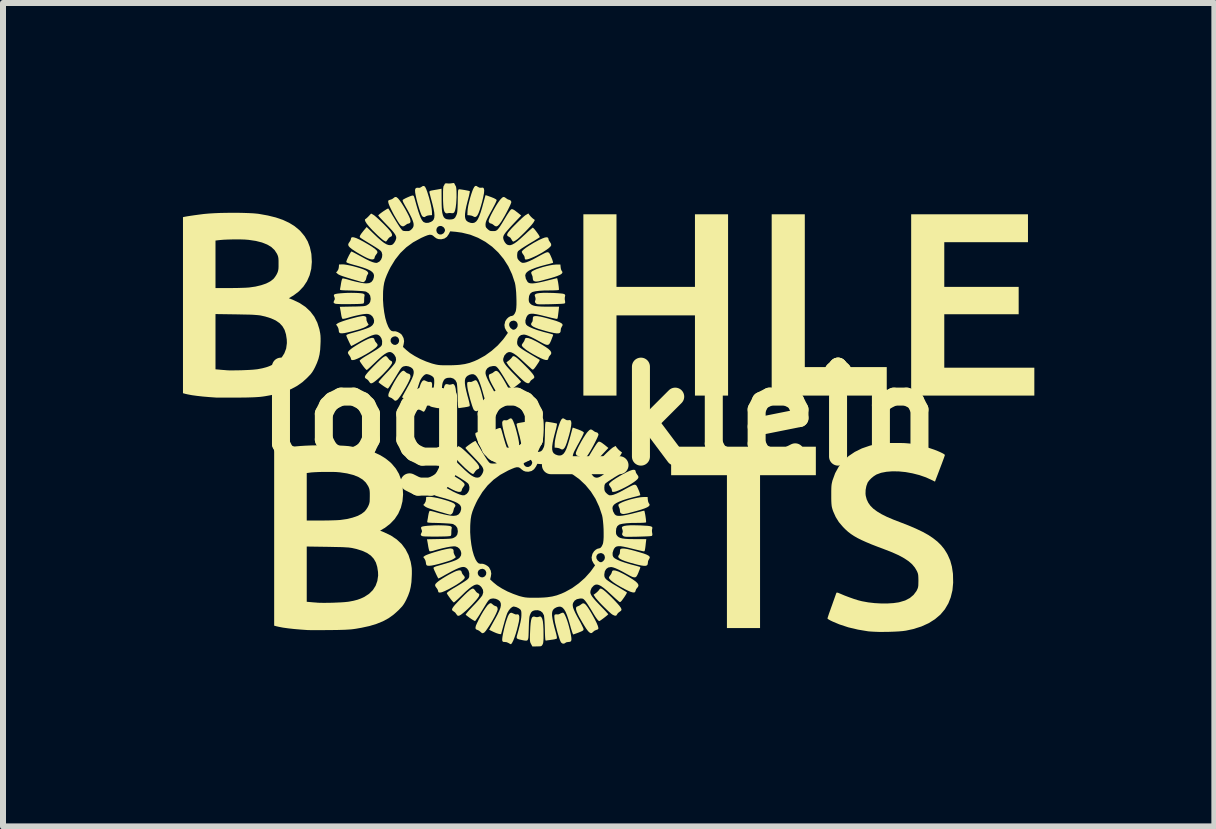
<source format=kicad_pcb>
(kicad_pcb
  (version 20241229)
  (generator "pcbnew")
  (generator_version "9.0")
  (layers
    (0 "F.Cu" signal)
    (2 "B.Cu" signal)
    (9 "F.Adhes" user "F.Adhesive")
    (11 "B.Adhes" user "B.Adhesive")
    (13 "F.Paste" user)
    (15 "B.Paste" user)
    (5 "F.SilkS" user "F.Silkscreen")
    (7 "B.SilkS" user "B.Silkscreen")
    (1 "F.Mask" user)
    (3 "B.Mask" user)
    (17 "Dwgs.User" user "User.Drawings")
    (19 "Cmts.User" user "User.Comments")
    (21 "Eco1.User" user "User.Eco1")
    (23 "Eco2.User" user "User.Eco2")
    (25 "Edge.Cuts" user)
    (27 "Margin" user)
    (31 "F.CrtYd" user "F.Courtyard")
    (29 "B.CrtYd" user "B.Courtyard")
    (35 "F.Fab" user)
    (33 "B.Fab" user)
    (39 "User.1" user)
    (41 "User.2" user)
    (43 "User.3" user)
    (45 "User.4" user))
  (footprint "logo_klein"
    (layer "F.Cu")
    (at 6.955 3.883)
    (property "Reference" "logo_klein" (at 0 0 0) (layer "F.SilkS") (effects (font (size 1.5 1.5) (thickness 0.3))))
    (attr board_only exclude_from_pos_files exclude_from_bom)
    (fp_poly (pts (xy 3.41 -2.088) (xy 3.41 -0.814) (xy 4.093 -0.814) (xy 4.776 -0.814) (xy 4.776 -0.576) (xy 4.776 -0.339) (xy 3.817 -0.339) (xy 2.858 -0.339) (xy 2.858 -1.85) (xy 2.858 -3.361) (xy 3.134 -3.361) (xy 3.41 -3.361)) (stroke (width 0) (type solid)) (fill yes) (layer "F.SilkS"))
    (fp_poly (pts (xy 3.594 0.751) (xy 3.594 0.988) (xy 3.129 0.988) (xy 2.664 0.988) (xy 2.664 2.262) (xy 2.664 3.536) (xy 2.388 3.536) (xy 2.112 3.536) (xy 2.112 2.262) (xy 2.112 0.988) (xy 1.647 0.988) (xy 1.182 0.988) (xy 1.182 0.751) (xy 1.182 0.513) (xy 2.388 0.513) (xy 3.594 0.513)) (stroke (width 0) (type solid)) (fill yes) (layer "F.SilkS"))
    (fp_poly (pts (xy 0.271 -2.756) (xy 0.271 -2.151) (xy 0.925 -2.151) (xy 1.579 -2.151) (xy 1.579 -2.756) (xy 1.579 -3.361) (xy 1.855 -3.361) (xy 2.131 -3.361) (xy 2.131 -1.85) (xy 2.131 -0.339) (xy 1.855 -0.339) (xy 1.579 -0.339) (xy 1.579 -1.007) (xy 1.579 -1.676) (xy 0.925 -1.676) (xy 0.271 -1.676) (xy 0.271 -1.007) (xy 0.271 -0.339) (xy -0.005 -0.339) (xy -0.281 -0.339) (xy -0.281 -1.85) (xy -0.281 -3.361) (xy -0.005 -3.361) (xy 0.271 -3.361)) (stroke (width 0) (type solid)) (fill yes) (layer "F.SilkS"))
    (fp_poly (pts (xy 7.13 -3.129) (xy 7.13 -2.896) (xy 6.432 -2.896) (xy 5.735 -2.896) (xy 5.735 -2.524) (xy 5.735 -2.151) (xy 6.355 -2.151) (xy 6.975 -2.151) (xy 6.975 -1.923) (xy 6.975 -1.695) (xy 6.355 -1.695) (xy 5.735 -1.695) (xy 5.735 -1.25) (xy 5.735 -0.804) (xy 6.486 -0.804) (xy 7.236 -0.804) (xy 7.236 -0.572) (xy 7.236 -0.339) (xy 6.21 -0.339) (xy 5.183 -0.339) (xy 5.183 -1.85) (xy 5.183 -3.361) (xy 6.156 -3.361) (xy 7.13 -3.361)) (stroke (width 0) (type solid)) (fill yes) (layer "F.SilkS"))
    (fp_poly (pts (xy -2.062 -3.833) (xy -2.038 -3.817) (xy -2.01 -3.804) (xy -1.981 -3.804) (xy -1.957 -3.806) (xy -1.945 -3.799) (xy -1.938 -3.784) (xy -1.934 -3.756) (xy -1.938 -3.71) (xy -1.95 -3.648) (xy -1.968 -3.571) (xy -1.986 -3.507) (xy -2.008 -3.435) (xy -2.028 -3.381) (xy -2.047 -3.344) (xy -2.067 -3.322) (xy -2.087 -3.315) (xy -2.108 -3.321) (xy -2.117 -3.327) (xy -2.14 -3.337) (xy -2.171 -3.343) (xy -2.175 -3.344) (xy -2.214 -3.347) (xy -2.212 -3.415) (xy -2.208 -3.456) (xy -2.199 -3.511) (xy -2.184 -3.574) (xy -2.167 -3.639) (xy -2.148 -3.701) (xy -2.129 -3.756) (xy -2.117 -3.785) (xy -2.099 -3.818) (xy -2.082 -3.834)) (stroke (width 0) (type solid)) (fill yes) (layer "F.SilkS"))
    (fp_poly (pts (xy -0.609 0.042) (xy -0.585 0.057) (xy -0.557 0.071) (xy -0.528 0.071) (xy -0.504 0.069) (xy -0.492 0.076) (xy -0.485 0.091) (xy -0.481 0.119) (xy -0.485 0.165) (xy -0.496 0.226) (xy -0.515 0.304) (xy -0.533 0.367) (xy -0.555 0.44) (xy -0.575 0.494) (xy -0.594 0.531) (xy -0.614 0.553) (xy -0.634 0.56) (xy -0.655 0.554) (xy -0.664 0.548) (xy -0.687 0.538) (xy -0.717 0.532) (xy -0.722 0.531) (xy -0.76 0.528) (xy -0.759 0.46) (xy -0.755 0.418) (xy -0.745 0.364) (xy -0.731 0.301) (xy -0.714 0.236) (xy -0.695 0.174) (xy -0.676 0.119) (xy -0.664 0.09) (xy -0.646 0.057) (xy -0.628 0.041)) (stroke (width 0) (type solid)) (fill yes) (layer "F.SilkS"))
    (fp_poly (pts (xy -1.196 -1.297) (xy -1.146 -1.28) (xy -1.083 -1.25) (xy -1.041 -1.228) (xy -0.965 -1.184) (xy -0.906 -1.147) (xy -0.863 -1.116) (xy -0.834 -1.089) (xy -0.819 -1.065) (xy -0.816 -1.044) (xy -0.825 -1.023) (xy -0.838 -1.009) (xy -0.855 -0.986) (xy -0.864 -0.961) (xy -0.871 -0.941) (xy -0.886 -0.932) (xy -0.912 -0.933) (xy -0.949 -0.944) (xy -0.999 -0.966) (xy -1.039 -0.986) (xy -1.115 -1.027) (xy -1.181 -1.066) (xy -1.235 -1.102) (xy -1.275 -1.134) (xy -1.3 -1.16) (xy -1.308 -1.18) (xy -1.302 -1.196) (xy -1.287 -1.218) (xy -1.284 -1.222) (xy -1.268 -1.246) (xy -1.26 -1.266) (xy -1.259 -1.269) (xy -1.252 -1.292) (xy -1.231 -1.301)) (stroke (width 0) (type solid)) (fill yes) (layer "F.SilkS"))
    (fp_poly (pts (xy 0.257 2.578) (xy 0.307 2.595) (xy 0.37 2.625) (xy 0.412 2.647) (xy 0.488 2.691) (xy 0.547 2.728) (xy 0.59 2.759) (xy 0.619 2.786) (xy 0.634 2.81) (xy 0.637 2.831) (xy 0.628 2.852) (xy 0.616 2.865) (xy 0.598 2.889) (xy 0.589 2.914) (xy 0.582 2.934) (xy 0.567 2.943) (xy 0.542 2.942) (xy 0.504 2.931) (xy 0.454 2.909) (xy 0.414 2.889) (xy 0.338 2.848) (xy 0.272 2.809) (xy 0.218 2.773) (xy 0.178 2.741) (xy 0.153 2.715) (xy 0.145 2.695) (xy 0.151 2.679) (xy 0.166 2.657) (xy 0.17 2.653) (xy 0.185 2.629) (xy 0.193 2.608) (xy 0.194 2.605) (xy 0.201 2.583) (xy 0.222 2.574)) (stroke (width 0) (type solid)) (fill yes) (layer "F.SilkS"))
    (fp_poly (pts (xy -2.919 -3.818) (xy -2.902 -3.785) (xy -2.886 -3.743) (xy -2.869 -3.69) (xy -2.851 -3.63) (xy -2.835 -3.569) (xy -2.821 -3.509) (xy -2.811 -3.457) (xy -2.806 -3.417) (xy -2.805 -3.405) (xy -2.804 -3.347) (xy -2.85 -3.344) (xy -2.879 -3.339) (xy -2.901 -3.331) (xy -2.907 -3.327) (xy -2.928 -3.314) (xy -2.952 -3.318) (xy -2.968 -3.331) (xy -2.98 -3.351) (xy -2.994 -3.386) (xy -3.011 -3.434) (xy -3.028 -3.489) (xy -3.046 -3.55) (xy -3.062 -3.612) (xy -3.075 -3.671) (xy -3.085 -3.725) (xy -3.085 -3.726) (xy -3.087 -3.768) (xy -3.077 -3.794) (xy -3.056 -3.804) (xy -3.038 -3.803) (xy -3.006 -3.803) (xy -2.981 -3.817) (xy -2.956 -3.833) (xy -2.936 -3.833)) (stroke (width 0) (type solid)) (fill yes) (layer "F.SilkS"))
    (fp_poly (pts (xy -1.466 0.057) (xy -1.449 0.09) (xy -1.433 0.132) (xy -1.415 0.185) (xy -1.398 0.245) (xy -1.382 0.306) (xy -1.368 0.366) (xy -1.358 0.418) (xy -1.352 0.458) (xy -1.352 0.47) (xy -1.351 0.528) (xy -1.397 0.531) (xy -1.426 0.535) (xy -1.448 0.544) (xy -1.454 0.548) (xy -1.475 0.561) (xy -1.499 0.556) (xy -1.514 0.544) (xy -1.526 0.524) (xy -1.541 0.489) (xy -1.558 0.441) (xy -1.575 0.385) (xy -1.593 0.325) (xy -1.608 0.263) (xy -1.622 0.204) (xy -1.632 0.15) (xy -1.632 0.148) (xy -1.634 0.107) (xy -1.624 0.081) (xy -1.603 0.071) (xy -1.585 0.072) (xy -1.553 0.072) (xy -1.528 0.058) (xy -1.503 0.042) (xy -1.483 0.041)) (stroke (width 0) (type solid)) (fill yes) (layer "F.SilkS"))
    (fp_poly (pts (xy -4.107 -2.977) (xy -4.066 -2.964) (xy -4.012 -2.939) (xy -3.943 -2.903) (xy -3.938 -2.9) (xy -3.859 -2.854) (xy -3.797 -2.815) (xy -3.752 -2.782) (xy -3.725 -2.757) (xy -3.718 -2.746) (xy -3.713 -2.729) (xy -3.719 -2.712) (xy -3.733 -2.693) (xy -3.749 -2.67) (xy -3.758 -2.65) (xy -3.759 -2.646) (xy -3.766 -2.621) (xy -3.787 -2.609) (xy -3.821 -2.61) (xy -3.865 -2.624) (xy -3.905 -2.642) (xy -3.955 -2.668) (xy -4.01 -2.699) (xy -4.066 -2.732) (xy -4.116 -2.765) (xy -4.134 -2.777) (xy -4.173 -2.808) (xy -4.195 -2.833) (xy -4.201 -2.857) (xy -4.193 -2.881) (xy -4.181 -2.897) (xy -4.165 -2.922) (xy -4.156 -2.946) (xy -4.156 -2.95) (xy -4.151 -2.97) (xy -4.135 -2.979)) (stroke (width 0) (type solid)) (fill yes) (layer "F.SilkS"))
    (fp_poly (pts (xy -2.654 0.898) (xy -2.613 0.911) (xy -2.559 0.936) (xy -2.49 0.972) (xy -2.485 0.975) (xy -2.406 1.021) (xy -2.343 1.06) (xy -2.299 1.093) (xy -2.272 1.118) (xy -2.265 1.129) (xy -2.26 1.146) (xy -2.266 1.163) (xy -2.28 1.182) (xy -2.296 1.205) (xy -2.305 1.225) (xy -2.306 1.229) (xy -2.313 1.254) (xy -2.334 1.266) (xy -2.368 1.265) (xy -2.412 1.251) (xy -2.452 1.233) (xy -2.502 1.207) (xy -2.557 1.176) (xy -2.613 1.143) (xy -2.663 1.11) (xy -2.681 1.098) (xy -2.72 1.067) (xy -2.742 1.042) (xy -2.748 1.018) (xy -2.74 0.994) (xy -2.728 0.978) (xy -2.712 0.953) (xy -2.703 0.929) (xy -2.703 0.925) (xy -2.698 0.905) (xy -2.681 0.896)) (stroke (width 0) (type solid)) (fill yes) (layer "F.SilkS"))
    (fp_poly (pts (xy -4.27 -2.525) (xy -4.223 -2.518) (xy -4.167 -2.507) (xy -4.108 -2.493) (xy -4.048 -2.476) (xy -3.992 -2.459) (xy -3.943 -2.441) (xy -3.907 -2.425) (xy -3.886 -2.411) (xy -3.869 -2.39) (xy -3.868 -2.371) (xy -3.88 -2.353) (xy -3.891 -2.332) (xy -3.898 -2.304) (xy -3.899 -2.3) (xy -3.907 -2.269) (xy -3.924 -2.244) (xy -3.945 -2.23) (xy -3.956 -2.229) (xy -3.969 -2.232) (xy -3.997 -2.239) (xy -4.034 -2.25) (xy -4.064 -2.259) (xy -4.147 -2.283) (xy -4.213 -2.303) (xy -4.265 -2.32) (xy -4.304 -2.333) (xy -4.333 -2.344) (xy -4.354 -2.354) (xy -4.369 -2.362) (xy -4.376 -2.368) (xy -4.403 -2.391) (xy -4.382 -2.414) (xy -4.364 -2.446) (xy -4.357 -2.48) (xy -4.354 -2.524) (xy -4.305 -2.526)) (stroke (width 0) (type solid)) (fill yes) (layer "F.SilkS"))
    (fp_poly (pts (xy -3.916 -1.66) (xy -3.899 -1.642) (xy -3.897 -1.617) (xy -3.897 -1.616) (xy -3.896 -1.593) (xy -3.884 -1.563) (xy -3.882 -1.558) (xy -3.86 -1.52) (xy -3.883 -1.502) (xy -3.908 -1.486) (xy -3.946 -1.468) (xy -4 -1.449) (xy -4.07 -1.428) (xy -4.14 -1.409) (xy -4.21 -1.392) (xy -4.263 -1.381) (xy -4.302 -1.377) (xy -4.329 -1.378) (xy -4.346 -1.386) (xy -4.348 -1.387) (xy -4.356 -1.404) (xy -4.359 -1.43) (xy -4.359 -1.431) (xy -4.366 -1.463) (xy -4.381 -1.493) (xy -4.403 -1.523) (xy -4.38 -1.541) (xy -4.359 -1.553) (xy -4.322 -1.568) (xy -4.274 -1.585) (xy -4.218 -1.603) (xy -4.159 -1.62) (xy -4.099 -1.636) (xy -4.044 -1.65) (xy -3.995 -1.66) (xy -3.958 -1.666) (xy -3.946 -1.666)) (stroke (width 0) (type solid)) (fill yes) (layer "F.SilkS"))
    (fp_poly (pts (xy -2.903 -0.582) (xy -2.902 -0.581) (xy -2.868 -0.567) (xy -2.846 -0.567) (xy -2.824 -0.568) (xy -2.809 -0.557) (xy -2.802 -0.533) (xy -2.803 -0.494) (xy -2.81 -0.441) (xy -2.826 -0.372) (xy -2.843 -0.305) (xy -2.862 -0.241) (xy -2.882 -0.183) (xy -2.901 -0.134) (xy -2.919 -0.097) (xy -2.934 -0.075) (xy -2.941 -0.07) (xy -2.955 -0.074) (xy -2.975 -0.086) (xy -2.976 -0.087) (xy -3.011 -0.103) (xy -3.041 -0.107) (xy -3.067 -0.108) (xy -3.08 -0.116) (xy -3.086 -0.129) (xy -3.087 -0.153) (xy -3.083 -0.191) (xy -3.074 -0.24) (xy -3.062 -0.297) (xy -3.048 -0.357) (xy -3.032 -0.416) (xy -3.015 -0.471) (xy -2.998 -0.518) (xy -2.992 -0.535) (xy -2.972 -0.572) (xy -2.953 -0.591) (xy -2.93 -0.594)) (stroke (width 0) (type solid)) (fill yes) (layer "F.SilkS"))
    (fp_poly (pts (xy -2.817 1.35) (xy -2.77 1.357) (xy -2.714 1.368) (xy -2.655 1.382) (xy -2.595 1.399) (xy -2.539 1.416) (xy -2.49 1.434) (xy -2.453 1.45) (xy -2.433 1.463) (xy -2.415 1.485) (xy -2.415 1.504) (xy -2.427 1.522) (xy -2.438 1.543) (xy -2.445 1.571) (xy -2.446 1.575) (xy -2.454 1.605) (xy -2.471 1.631) (xy -2.492 1.645) (xy -2.503 1.646) (xy -2.516 1.643) (xy -2.544 1.636) (xy -2.581 1.625) (xy -2.611 1.616) (xy -2.694 1.592) (xy -2.76 1.572) (xy -2.812 1.555) (xy -2.851 1.542) (xy -2.88 1.531) (xy -2.901 1.521) (xy -2.916 1.512) (xy -2.923 1.507) (xy -2.95 1.484) (xy -2.929 1.461) (xy -2.911 1.429) (xy -2.904 1.395) (xy -2.901 1.351) (xy -2.852 1.348)) (stroke (width 0) (type solid)) (fill yes) (layer "F.SilkS"))
    (fp_poly (pts (xy -2.463 2.215) (xy -2.446 2.233) (xy -2.444 2.258) (xy -2.444 2.259) (xy -2.443 2.282) (xy -2.431 2.312) (xy -2.429 2.317) (xy -2.407 2.355) (xy -2.429 2.373) (xy -2.455 2.389) (xy -2.493 2.407) (xy -2.547 2.425) (xy -2.617 2.446) (xy -2.687 2.466) (xy -2.756 2.483) (xy -2.81 2.494) (xy -2.849 2.498) (xy -2.876 2.497) (xy -2.893 2.489) (xy -2.895 2.488) (xy -2.903 2.47) (xy -2.906 2.445) (xy -2.906 2.444) (xy -2.913 2.412) (xy -2.928 2.382) (xy -2.95 2.352) (xy -2.927 2.334) (xy -2.906 2.322) (xy -2.869 2.307) (xy -2.821 2.29) (xy -2.765 2.272) (xy -2.706 2.255) (xy -2.646 2.238) (xy -2.59 2.225) (xy -2.542 2.215) (xy -2.505 2.209) (xy -2.493 2.209)) (stroke (width 0) (type solid)) (fill yes) (layer "F.SilkS"))
    (fp_poly (pts (xy -2.443 -0.528) (xy -2.431 -0.516) (xy -2.419 -0.491) (xy -2.409 -0.45) (xy -2.403 -0.394) (xy -2.399 -0.319) (xy -2.398 -0.228) (xy -2.398 -0.17) (xy -2.4 -0.128) (xy -2.403 -0.099) (xy -2.408 -0.078) (xy -2.415 -0.063) (xy -2.424 -0.048) (xy -2.434 -0.04) (xy -2.451 -0.035) (xy -2.478 -0.034) (xy -2.507 -0.033) (xy -2.584 -0.032) (xy -2.606 -0.073) (xy -2.614 -0.089) (xy -2.62 -0.104) (xy -2.624 -0.122) (xy -2.625 -0.146) (xy -2.625 -0.18) (xy -2.624 -0.227) (xy -2.622 -0.272) (xy -2.618 -0.354) (xy -2.613 -0.419) (xy -2.606 -0.467) (xy -2.597 -0.5) (xy -2.585 -0.521) (xy -2.569 -0.53) (xy -2.55 -0.53) (xy -2.538 -0.526) (xy -2.507 -0.52) (xy -2.479 -0.526) (xy -2.457 -0.533)) (stroke (width 0) (type solid)) (fill yes) (layer "F.SilkS"))
    (fp_poly (pts (xy -1.449 3.293) (xy -1.449 3.293) (xy -1.415 3.308) (xy -1.393 3.308) (xy -1.371 3.307) (xy -1.356 3.318) (xy -1.349 3.342) (xy -1.349 3.381) (xy -1.357 3.434) (xy -1.373 3.503) (xy -1.39 3.57) (xy -1.409 3.634) (xy -1.429 3.692) (xy -1.448 3.741) (xy -1.466 3.777) (xy -1.481 3.799) (xy -1.488 3.805) (xy -1.502 3.801) (xy -1.522 3.789) (xy -1.523 3.788) (xy -1.558 3.772) (xy -1.588 3.768) (xy -1.614 3.767) (xy -1.627 3.759) (xy -1.633 3.746) (xy -1.634 3.722) (xy -1.63 3.684) (xy -1.621 3.634) (xy -1.609 3.578) (xy -1.595 3.518) (xy -1.579 3.459) (xy -1.562 3.404) (xy -1.545 3.357) (xy -1.539 3.34) (xy -1.519 3.303) (xy -1.5 3.284) (xy -1.477 3.281)) (stroke (width 0) (type solid)) (fill yes) (layer "F.SilkS"))
    (fp_poly (pts (xy -0.99 3.347) (xy -0.978 3.359) (xy -0.966 3.384) (xy -0.956 3.424) (xy -0.95 3.481) (xy -0.946 3.556) (xy -0.945 3.647) (xy -0.945 3.705) (xy -0.947 3.747) (xy -0.95 3.776) (xy -0.955 3.797) (xy -0.962 3.812) (xy -0.971 3.826) (xy -0.981 3.835) (xy -0.998 3.84) (xy -1.025 3.841) (xy -1.054 3.842) (xy -1.131 3.843) (xy -1.153 3.802) (xy -1.161 3.786) (xy -1.167 3.771) (xy -1.17 3.753) (xy -1.172 3.729) (xy -1.172 3.695) (xy -1.171 3.648) (xy -1.169 3.602) (xy -1.165 3.52) (xy -1.16 3.456) (xy -1.153 3.408) (xy -1.144 3.375) (xy -1.132 3.354) (xy -1.116 3.345) (xy -1.097 3.345) (xy -1.085 3.349) (xy -1.054 3.355) (xy -1.026 3.349) (xy -1.004 3.342)) (stroke (width 0) (type solid)) (fill yes) (layer "F.SilkS"))
    (fp_poly (pts (xy -3.781 -1.299) (xy -3.767 -1.285) (xy -3.762 -1.268) (xy -3.751 -1.242) (xy -3.733 -1.22) (xy -3.717 -1.2) (xy -3.71 -1.182) (xy -3.71 -1.181) (xy -3.719 -1.161) (xy -3.746 -1.133) (xy -3.79 -1.1) (xy -3.851 -1.06) (xy -3.897 -1.033) (xy -3.976 -0.989) (xy -4.041 -0.957) (xy -4.091 -0.937) (xy -4.126 -0.93) (xy -4.148 -0.935) (xy -4.149 -0.936) (xy -4.155 -0.951) (xy -4.156 -0.959) (xy -4.162 -0.976) (xy -4.176 -1) (xy -4.185 -1.012) (xy -4.201 -1.036) (xy -4.206 -1.056) (xy -4.198 -1.075) (xy -4.176 -1.098) (xy -4.153 -1.117) (xy -4.122 -1.14) (xy -4.079 -1.168) (xy -4.03 -1.198) (xy -3.978 -1.228) (xy -3.927 -1.255) (xy -3.884 -1.276) (xy -3.85 -1.291) (xy -3.843 -1.293) (xy -3.805 -1.302)) (stroke (width 0) (type solid)) (fill yes) (layer "F.SilkS"))
    (fp_poly (pts (xy -2.328 2.576) (xy -2.314 2.589) (xy -2.309 2.606) (xy -2.298 2.633) (xy -2.28 2.655) (xy -2.264 2.675) (xy -2.257 2.693) (xy -2.257 2.694) (xy -2.266 2.714) (xy -2.293 2.741) (xy -2.337 2.775) (xy -2.398 2.815) (xy -2.444 2.842) (xy -2.523 2.886) (xy -2.588 2.918) (xy -2.638 2.938) (xy -2.673 2.945) (xy -2.695 2.94) (xy -2.696 2.938) (xy -2.702 2.924) (xy -2.703 2.916) (xy -2.708 2.899) (xy -2.723 2.874) (xy -2.732 2.863) (xy -2.748 2.839) (xy -2.753 2.819) (xy -2.745 2.8) (xy -2.723 2.777) (xy -2.7 2.758) (xy -2.669 2.735) (xy -2.626 2.707) (xy -2.577 2.677) (xy -2.525 2.647) (xy -2.474 2.62) (xy -2.43 2.598) (xy -2.397 2.584) (xy -2.39 2.582) (xy -2.352 2.573)) (stroke (width 0) (type solid)) (fill yes) (layer "F.SilkS"))
    (fp_poly (pts (xy -1.716 -0.746) (xy -1.695 -0.729) (xy -1.671 -0.699) (xy -1.641 -0.655) (xy -1.605 -0.596) (xy -1.581 -0.554) (xy -1.542 -0.483) (xy -1.513 -0.424) (xy -1.493 -0.376) (xy -1.484 -0.342) (xy -1.485 -0.326) (xy -1.497 -0.315) (xy -1.52 -0.307) (xy -1.52 -0.307) (xy -1.548 -0.295) (xy -1.571 -0.276) (xy -1.591 -0.258) (xy -1.61 -0.254) (xy -1.632 -0.266) (xy -1.647 -0.279) (xy -1.665 -0.299) (xy -1.689 -0.333) (xy -1.717 -0.377) (xy -1.748 -0.426) (xy -1.778 -0.478) (xy -1.805 -0.527) (xy -1.827 -0.571) (xy -1.843 -0.606) (xy -1.845 -0.612) (xy -1.856 -0.652) (xy -1.856 -0.679) (xy -1.845 -0.695) (xy -1.824 -0.703) (xy -1.798 -0.714) (xy -1.772 -0.733) (xy -1.771 -0.734) (xy -1.753 -0.747) (xy -1.735 -0.752)) (stroke (width 0) (type solid)) (fill yes) (layer "F.SilkS"))
    (fp_poly (pts (xy -1.423 -0.99) (xy -1.396 -0.972) (xy -1.361 -0.943) (xy -1.316 -0.901) (xy -1.263 -0.849) (xy -1.206 -0.791) (xy -1.162 -0.744) (xy -1.13 -0.706) (xy -1.11 -0.678) (xy -1.1 -0.656) (xy -1.099 -0.64) (xy -1.1 -0.638) (xy -1.111 -0.624) (xy -1.132 -0.609) (xy -1.134 -0.608) (xy -1.157 -0.59) (xy -1.172 -0.567) (xy -1.172 -0.567) (xy -1.185 -0.548) (xy -1.206 -0.544) (xy -1.236 -0.555) (xy -1.249 -0.563) (xy -1.271 -0.579) (xy -1.303 -0.607) (xy -1.341 -0.643) (xy -1.383 -0.684) (xy -1.426 -0.727) (xy -1.466 -0.769) (xy -1.5 -0.807) (xy -1.526 -0.837) (xy -1.536 -0.851) (xy -1.564 -0.894) (xy -1.541 -0.91) (xy -1.506 -0.938) (xy -1.477 -0.968) (xy -1.467 -0.983) (xy -1.457 -0.994) (xy -1.443 -0.997)) (stroke (width 0) (type solid)) (fill yes) (layer "F.SilkS"))
    (fp_poly (pts (xy -1.181 -3.351) (xy -1.155 -3.32) (xy -1.127 -3.294) (xy -1.114 -3.284) (xy -1.09 -3.266) (xy -1.109 -3.23) (xy -1.124 -3.209) (xy -1.149 -3.178) (xy -1.184 -3.14) (xy -1.223 -3.098) (xy -1.265 -3.055) (xy -1.307 -3.014) (xy -1.345 -2.978) (xy -1.377 -2.949) (xy -1.394 -2.937) (xy -1.42 -2.919) (xy -1.442 -2.908) (xy -1.45 -2.906) (xy -1.462 -2.914) (xy -1.475 -2.934) (xy -1.478 -2.94) (xy -1.497 -2.97) (xy -1.519 -2.985) (xy -1.544 -2.999) (xy -1.553 -3.016) (xy -1.545 -3.042) (xy -1.543 -3.046) (xy -1.53 -3.066) (xy -1.504 -3.096) (xy -1.471 -3.133) (xy -1.431 -3.174) (xy -1.388 -3.217) (xy -1.346 -3.258) (xy -1.306 -3.296) (xy -1.272 -3.326) (xy -1.247 -3.346) (xy -1.241 -3.349) (xy -1.198 -3.375)) (stroke (width 0) (type solid)) (fill yes) (layer "F.SilkS"))
    (fp_poly (pts (xy -0.263 3.129) (xy -0.242 3.146) (xy -0.218 3.176) (xy -0.188 3.22) (xy -0.152 3.279) (xy -0.128 3.321) (xy -0.089 3.392) (xy -0.06 3.451) (xy -0.04 3.499) (xy -0.031 3.533) (xy -0.032 3.549) (xy -0.044 3.56) (xy -0.067 3.568) (xy -0.067 3.568) (xy -0.095 3.58) (xy -0.118 3.599) (xy -0.138 3.617) (xy -0.157 3.621) (xy -0.179 3.609) (xy -0.194 3.596) (xy -0.211 3.576) (xy -0.236 3.542) (xy -0.264 3.498) (xy -0.294 3.449) (xy -0.324 3.397) (xy -0.352 3.348) (xy -0.374 3.304) (xy -0.389 3.269) (xy -0.392 3.262) (xy -0.403 3.223) (xy -0.403 3.196) (xy -0.392 3.18) (xy -0.371 3.172) (xy -0.345 3.16) (xy -0.319 3.142) (xy -0.318 3.141) (xy -0.3 3.128) (xy -0.282 3.123)) (stroke (width 0) (type solid)) (fill yes) (layer "F.SilkS"))
    (fp_poly (pts (xy 0.03 2.885) (xy 0.057 2.903) (xy 0.092 2.932) (xy 0.137 2.974) (xy 0.19 3.025) (xy 0.247 3.084) (xy 0.291 3.131) (xy 0.323 3.169) (xy 0.343 3.197) (xy 0.353 3.219) (xy 0.354 3.235) (xy 0.353 3.237) (xy 0.342 3.251) (xy 0.321 3.266) (xy 0.319 3.267) (xy 0.296 3.285) (xy 0.281 3.308) (xy 0.281 3.308) (xy 0.268 3.327) (xy 0.247 3.331) (xy 0.217 3.319) (xy 0.204 3.312) (xy 0.182 3.296) (xy 0.15 3.268) (xy 0.112 3.232) (xy 0.07 3.191) (xy 0.027 3.148) (xy -0.013 3.106) (xy -0.047 3.068) (xy -0.073 3.038) (xy -0.083 3.024) (xy -0.111 2.981) (xy -0.088 2.965) (xy -0.053 2.937) (xy -0.024 2.907) (xy -0.014 2.892) (xy -0.004 2.881) (xy 0.011 2.878)) (stroke (width 0) (type solid)) (fill yes) (layer "F.SilkS"))
    (fp_poly (pts (xy 0.272 0.524) (xy 0.298 0.555) (xy 0.326 0.581) (xy 0.339 0.591) (xy 0.363 0.609) (xy 0.344 0.645) (xy 0.33 0.666) (xy 0.304 0.697) (xy 0.269 0.735) (xy 0.23 0.777) (xy 0.188 0.82) (xy 0.146 0.861) (xy 0.108 0.897) (xy 0.076 0.925) (xy 0.059 0.938) (xy 0.033 0.955) (xy 0.011 0.966) (xy 0.003 0.969) (xy -0.009 0.961) (xy -0.022 0.94) (xy -0.025 0.934) (xy -0.044 0.905) (xy -0.065 0.89) (xy -0.091 0.876) (xy -0.1 0.858) (xy -0.092 0.832) (xy -0.09 0.829) (xy -0.076 0.809) (xy -0.051 0.779) (xy -0.017 0.742) (xy 0.022 0.701) (xy 0.065 0.658) (xy 0.107 0.616) (xy 0.147 0.579) (xy 0.181 0.549) (xy 0.206 0.529) (xy 0.212 0.525) (xy 0.255 0.5)) (stroke (width 0) (type solid)) (fill yes) (layer "F.SilkS"))
    (fp_poly (pts (xy -3.787 -3.356) (xy -3.767 -3.343) (xy -3.737 -3.318) (xy -3.7 -3.285) (xy -3.659 -3.246) (xy -3.616 -3.205) (xy -3.576 -3.164) (xy -3.54 -3.126) (xy -3.512 -3.094) (xy -3.505 -3.087) (xy -3.479 -3.048) (xy -3.469 -3.018) (xy -3.475 -2.997) (xy -3.493 -2.987) (xy -3.515 -2.975) (xy -3.537 -2.951) (xy -3.541 -2.944) (xy -3.557 -2.921) (xy -3.569 -2.908) (xy -3.572 -2.906) (xy -3.585 -2.911) (xy -3.605 -2.922) (xy -3.609 -2.924) (xy -3.633 -2.942) (xy -3.667 -2.971) (xy -3.707 -3.007) (xy -3.75 -3.049) (xy -3.793 -3.091) (xy -3.832 -3.133) (xy -3.857 -3.161) (xy -3.892 -3.205) (xy -3.914 -3.24) (xy -3.923 -3.266) (xy -3.917 -3.281) (xy -3.913 -3.282) (xy -3.899 -3.292) (xy -3.878 -3.311) (xy -3.859 -3.33) (xy -3.819 -3.373)) (stroke (width 0) (type solid)) (fill yes) (layer "F.SilkS"))
    (fp_poly (pts (xy -3.398 -3.648) (xy -3.372 -3.628) (xy -3.369 -3.625) (xy -3.344 -3.594) (xy -3.313 -3.55) (xy -3.28 -3.498) (xy -3.247 -3.442) (xy -3.216 -3.385) (xy -3.19 -3.334) (xy -3.172 -3.292) (xy -3.167 -3.277) (xy -3.162 -3.241) (xy -3.17 -3.217) (xy -3.191 -3.207) (xy -3.197 -3.206) (xy -3.216 -3.201) (xy -3.239 -3.186) (xy -3.243 -3.182) (xy -3.275 -3.162) (xy -3.302 -3.161) (xy -3.327 -3.177) (xy -3.33 -3.18) (xy -3.351 -3.207) (xy -3.378 -3.248) (xy -3.407 -3.297) (xy -3.438 -3.35) (xy -3.467 -3.406) (xy -3.493 -3.458) (xy -3.514 -3.504) (xy -3.528 -3.541) (xy -3.532 -3.557) (xy -3.535 -3.58) (xy -3.53 -3.592) (xy -3.512 -3.6) (xy -3.5 -3.603) (xy -3.47 -3.614) (xy -3.447 -3.63) (xy -3.444 -3.633) (xy -3.421 -3.649)) (stroke (width 0) (type solid)) (fill yes) (layer "F.SilkS"))
    (fp_poly (pts (xy -2.334 0.519) (xy -2.314 0.532) (xy -2.284 0.557) (xy -2.247 0.59) (xy -2.206 0.629) (xy -2.163 0.67) (xy -2.123 0.711) (xy -2.087 0.749) (xy -2.059 0.78) (xy -2.052 0.788) (xy -2.026 0.827) (xy -2.016 0.857) (xy -2.022 0.878) (xy -2.04 0.887) (xy -2.061 0.9) (xy -2.084 0.924) (xy -2.088 0.931) (xy -2.104 0.954) (xy -2.116 0.967) (xy -2.119 0.969) (xy -2.132 0.964) (xy -2.152 0.953) (xy -2.155 0.951) (xy -2.18 0.933) (xy -2.213 0.904) (xy -2.254 0.868) (xy -2.297 0.826) (xy -2.34 0.783) (xy -2.379 0.742) (xy -2.404 0.714) (xy -2.439 0.67) (xy -2.461 0.635) (xy -2.47 0.609) (xy -2.464 0.594) (xy -2.46 0.592) (xy -2.446 0.583) (xy -2.425 0.564) (xy -2.406 0.545) (xy -2.366 0.502)) (stroke (width 0) (type solid)) (fill yes) (layer "F.SilkS"))
    (fp_poly (pts (xy -1.945 0.227) (xy -1.919 0.247) (xy -1.916 0.249) (xy -1.891 0.281) (xy -1.86 0.325) (xy -1.827 0.377) (xy -1.794 0.433) (xy -1.763 0.489) (xy -1.737 0.541) (xy -1.719 0.583) (xy -1.714 0.598) (xy -1.709 0.634) (xy -1.717 0.658) (xy -1.738 0.668) (xy -1.744 0.668) (xy -1.763 0.674) (xy -1.786 0.689) (xy -1.79 0.693) (xy -1.822 0.712) (xy -1.849 0.714) (xy -1.874 0.698) (xy -1.876 0.695) (xy -1.898 0.667) (xy -1.925 0.627) (xy -1.954 0.578) (xy -1.984 0.524) (xy -2.014 0.469) (xy -2.04 0.417) (xy -2.061 0.371) (xy -2.075 0.334) (xy -2.079 0.318) (xy -2.082 0.295) (xy -2.077 0.283) (xy -2.059 0.275) (xy -2.047 0.272) (xy -2.017 0.26) (xy -1.994 0.245) (xy -1.991 0.242) (xy -1.968 0.226)) (stroke (width 0) (type solid)) (fill yes) (layer "F.SilkS"))
    (fp_poly (pts (xy -1.592 -3.645) (xy -1.568 -3.628) (xy -1.545 -3.612) (xy -1.525 -3.604) (xy -1.522 -3.604) (xy -1.498 -3.595) (xy -1.484 -3.574) (xy -1.482 -3.563) (xy -1.487 -3.547) (xy -1.499 -3.517) (xy -1.518 -3.477) (xy -1.541 -3.431) (xy -1.567 -3.381) (xy -1.594 -3.332) (xy -1.621 -3.286) (xy -1.644 -3.247) (xy -1.655 -3.231) (xy -1.685 -3.19) (xy -1.71 -3.167) (xy -1.733 -3.159) (xy -1.756 -3.166) (xy -1.776 -3.182) (xy -1.798 -3.198) (xy -1.817 -3.206) (xy -1.82 -3.206) (xy -1.844 -3.215) (xy -1.858 -3.237) (xy -1.86 -3.25) (xy -1.855 -3.272) (xy -1.841 -3.307) (xy -1.82 -3.352) (xy -1.794 -3.402) (xy -1.765 -3.454) (xy -1.735 -3.506) (xy -1.705 -3.553) (xy -1.678 -3.591) (xy -1.659 -3.614) (xy -1.633 -3.64) (xy -1.612 -3.65)) (stroke (width 0) (type solid)) (fill yes) (layer "F.SilkS"))
    (fp_poly (pts (xy -1.044 -1.663) (xy -1 -1.656) (xy -0.944 -1.643) (xy -0.871 -1.624) (xy -0.868 -1.623) (xy -0.789 -1.6) (xy -0.727 -1.581) (xy -0.682 -1.564) (xy -0.651 -1.548) (xy -0.633 -1.533) (xy -0.627 -1.518) (xy -0.631 -1.502) (xy -0.64 -1.489) (xy -0.655 -1.457) (xy -0.659 -1.426) (xy -0.662 -1.402) (xy -0.672 -1.386) (xy -0.693 -1.377) (xy -0.724 -1.376) (xy -0.769 -1.382) (xy -0.829 -1.395) (xy -0.867 -1.404) (xy -0.956 -1.429) (xy -1.027 -1.45) (xy -1.081 -1.471) (xy -1.119 -1.489) (xy -1.143 -1.508) (xy -1.152 -1.525) (xy -1.153 -1.53) (xy -1.146 -1.551) (xy -1.138 -1.56) (xy -1.128 -1.579) (xy -1.124 -1.61) (xy -1.124 -1.614) (xy -1.122 -1.641) (xy -1.116 -1.655) (xy -1.102 -1.662) (xy -1.099 -1.662) (xy -1.076 -1.665)) (stroke (width 0) (type solid)) (fill yes) (layer "F.SilkS"))
    (fp_poly (pts (xy -0.872 -2.972) (xy -0.863 -2.955) (xy -0.862 -2.944) (xy -0.856 -2.926) (xy -0.841 -2.903) (xy -0.837 -2.897) (xy -0.82 -2.87) (xy -0.817 -2.847) (xy -0.818 -2.843) (xy -0.83 -2.823) (xy -0.856 -2.799) (xy -0.893 -2.771) (xy -0.939 -2.741) (xy -0.989 -2.711) (xy -1.043 -2.682) (xy -1.096 -2.656) (xy -1.146 -2.634) (xy -1.189 -2.617) (xy -1.224 -2.608) (xy -1.247 -2.608) (xy -1.252 -2.611) (xy -1.258 -2.626) (xy -1.259 -2.641) (xy -1.265 -2.662) (xy -1.28 -2.687) (xy -1.284 -2.691) (xy -1.299 -2.714) (xy -1.307 -2.733) (xy -1.308 -2.736) (xy -1.299 -2.752) (xy -1.275 -2.775) (xy -1.238 -2.804) (xy -1.188 -2.837) (xy -1.129 -2.873) (xy -1.093 -2.894) (xy -1.022 -2.932) (xy -0.965 -2.958) (xy -0.922 -2.974) (xy -0.891 -2.978)) (stroke (width 0) (type solid)) (fill yes) (layer "F.SilkS"))
    (fp_poly (pts (xy -0.66 -2.48) (xy -0.655 -2.449) (xy -0.646 -2.425) (xy -0.643 -2.42) (xy -0.631 -2.402) (xy -0.631 -2.386) (xy -0.644 -2.369) (xy -0.67 -2.352) (xy -0.712 -2.334) (xy -0.769 -2.314) (xy -0.844 -2.292) (xy -0.882 -2.282) (xy -0.945 -2.265) (xy -0.993 -2.252) (xy -1.028 -2.244) (xy -1.054 -2.241) (xy -1.073 -2.24) (xy -1.088 -2.243) (xy -1.102 -2.248) (xy -1.117 -2.259) (xy -1.123 -2.28) (xy -1.124 -2.292) (xy -1.128 -2.324) (xy -1.139 -2.353) (xy -1.14 -2.354) (xy -1.149 -2.377) (xy -1.15 -2.395) (xy -1.15 -2.395) (xy -1.136 -2.41) (xy -1.106 -2.427) (xy -1.064 -2.446) (xy -1.013 -2.464) (xy -0.956 -2.482) (xy -0.897 -2.497) (xy -0.839 -2.51) (xy -0.786 -2.519) (xy -0.74 -2.523) (xy -0.736 -2.523) (xy -0.664 -2.524)) (stroke (width 0) (type solid)) (fill yes) (layer "F.SilkS"))
    (fp_poly (pts (xy -0.139 0.23) (xy -0.114 0.247) (xy -0.092 0.263) (xy -0.072 0.271) (xy -0.069 0.271) (xy -0.045 0.28) (xy -0.031 0.301) (xy -0.029 0.312) (xy -0.034 0.328) (xy -0.046 0.358) (xy -0.065 0.398) (xy -0.088 0.444) (xy -0.114 0.494) (xy -0.141 0.543) (xy -0.167 0.589) (xy -0.191 0.628) (xy -0.201 0.644) (xy -0.231 0.685) (xy -0.257 0.708) (xy -0.28 0.716) (xy -0.303 0.709) (xy -0.323 0.693) (xy -0.345 0.677) (xy -0.364 0.669) (xy -0.367 0.668) (xy -0.391 0.66) (xy -0.405 0.638) (xy -0.407 0.625) (xy -0.402 0.603) (xy -0.388 0.568) (xy -0.367 0.523) (xy -0.341 0.473) (xy -0.312 0.42) (xy -0.282 0.369) (xy -0.252 0.322) (xy -0.225 0.283) (xy -0.206 0.261) (xy -0.18 0.235) (xy -0.159 0.225)) (stroke (width 0) (type solid)) (fill yes) (layer "F.SilkS"))
    (fp_poly (pts (xy 0.409 2.212) (xy 0.453 2.219) (xy 0.509 2.232) (xy 0.582 2.251) (xy 0.585 2.252) (xy 0.664 2.275) (xy 0.726 2.294) (xy 0.771 2.311) (xy 0.802 2.327) (xy 0.82 2.342) (xy 0.826 2.357) (xy 0.822 2.373) (xy 0.814 2.386) (xy 0.798 2.418) (xy 0.794 2.449) (xy 0.791 2.473) (xy 0.781 2.489) (xy 0.761 2.498) (xy 0.729 2.499) (xy 0.684 2.493) (xy 0.624 2.48) (xy 0.586 2.47) (xy 0.497 2.446) (xy 0.426 2.424) (xy 0.372 2.404) (xy 0.334 2.385) (xy 0.31 2.367) (xy 0.301 2.35) (xy 0.3 2.345) (xy 0.307 2.324) (xy 0.315 2.315) (xy 0.325 2.296) (xy 0.329 2.265) (xy 0.329 2.261) (xy 0.331 2.234) (xy 0.337 2.22) (xy 0.352 2.213) (xy 0.354 2.213) (xy 0.377 2.21)) (stroke (width 0) (type solid)) (fill yes) (layer "F.SilkS"))
    (fp_poly (pts (xy 0.581 0.903) (xy 0.59 0.92) (xy 0.591 0.93) (xy 0.597 0.949) (xy 0.612 0.972) (xy 0.616 0.978) (xy 0.634 1.004) (xy 0.636 1.028) (xy 0.635 1.032) (xy 0.623 1.051) (xy 0.597 1.076) (xy 0.56 1.104) (xy 0.514 1.134) (xy 0.464 1.164) (xy 0.41 1.193) (xy 0.357 1.219) (xy 0.308 1.241) (xy 0.264 1.258) (xy 0.229 1.266) (xy 0.206 1.266) (xy 0.201 1.263) (xy 0.195 1.249) (xy 0.194 1.234) (xy 0.188 1.213) (xy 0.173 1.188) (xy 0.17 1.184) (xy 0.154 1.161) (xy 0.146 1.142) (xy 0.145 1.139) (xy 0.154 1.123) (xy 0.178 1.1) (xy 0.215 1.071) (xy 0.265 1.038) (xy 0.324 1.002) (xy 0.36 0.981) (xy 0.431 0.943) (xy 0.488 0.916) (xy 0.531 0.901) (xy 0.562 0.897)) (stroke (width 0) (type solid)) (fill yes) (layer "F.SilkS"))
    (fp_poly (pts (xy 0.793 1.395) (xy 0.798 1.425) (xy 0.807 1.45) (xy 0.81 1.455) (xy 0.822 1.472) (xy 0.822 1.489) (xy 0.809 1.506) (xy 0.783 1.523) (xy 0.741 1.541) (xy 0.684 1.561) (xy 0.609 1.583) (xy 0.572 1.593) (xy 0.508 1.61) (xy 0.46 1.623) (xy 0.425 1.63) (xy 0.4 1.634) (xy 0.381 1.635) (xy 0.365 1.632) (xy 0.351 1.627) (xy 0.336 1.616) (xy 0.33 1.595) (xy 0.329 1.583) (xy 0.325 1.551) (xy 0.314 1.522) (xy 0.313 1.521) (xy 0.304 1.498) (xy 0.303 1.48) (xy 0.303 1.479) (xy 0.317 1.465) (xy 0.347 1.448) (xy 0.389 1.429) (xy 0.44 1.411) (xy 0.497 1.393) (xy 0.556 1.378) (xy 0.614 1.365) (xy 0.668 1.356) (xy 0.713 1.352) (xy 0.717 1.352) (xy 0.79 1.351)) (stroke (width 0) (type solid)) (fill yes) (layer "F.SilkS"))
    (fp_poly (pts (xy -3.559 -0.99) (xy -3.542 -0.971) (xy -3.537 -0.964) (xy -3.518 -0.939) (xy -3.497 -0.922) (xy -3.492 -0.92) (xy -3.474 -0.91) (xy -3.468 -0.894) (xy -3.473 -0.873) (xy -3.492 -0.843) (xy -3.523 -0.803) (xy -3.549 -0.773) (xy -3.587 -0.732) (xy -3.628 -0.689) (xy -3.667 -0.652) (xy -3.692 -0.629) (xy -3.739 -0.589) (xy -3.774 -0.562) (xy -3.801 -0.547) (xy -3.82 -0.543) (xy -3.835 -0.549) (xy -3.847 -0.565) (xy -3.851 -0.571) (xy -3.87 -0.597) (xy -3.894 -0.615) (xy -3.911 -0.626) (xy -3.921 -0.637) (xy -3.923 -0.652) (xy -3.916 -0.671) (xy -3.898 -0.697) (xy -3.87 -0.731) (xy -3.829 -0.775) (xy -3.776 -0.83) (xy -3.774 -0.832) (xy -3.715 -0.891) (xy -3.667 -0.936) (xy -3.629 -0.969) (xy -3.6 -0.989) (xy -3.579 -0.997) (xy -3.574 -0.998)) (stroke (width 0) (type solid)) (fill yes) (layer "F.SilkS"))
    (fp_poly (pts (xy -3.27 -0.752) (xy -3.253 -0.738) (xy -3.248 -0.734) (xy -3.226 -0.716) (xy -3.207 -0.708) (xy -3.204 -0.707) (xy -3.18 -0.699) (xy -3.165 -0.677) (xy -3.163 -0.647) (xy -3.163 -0.645) (xy -3.173 -0.617) (xy -3.19 -0.577) (xy -3.214 -0.529) (xy -3.242 -0.478) (xy -3.273 -0.425) (xy -3.304 -0.374) (xy -3.334 -0.329) (xy -3.36 -0.293) (xy -3.381 -0.269) (xy -3.39 -0.262) (xy -3.411 -0.253) (xy -3.427 -0.256) (xy -3.445 -0.273) (xy -3.449 -0.276) (xy -3.474 -0.296) (xy -3.501 -0.308) (xy -3.521 -0.316) (xy -3.531 -0.329) (xy -3.532 -0.35) (xy -3.525 -0.38) (xy -3.507 -0.421) (xy -3.48 -0.477) (xy -3.478 -0.481) (xy -3.438 -0.556) (xy -3.4 -0.621) (xy -3.365 -0.675) (xy -3.334 -0.716) (xy -3.308 -0.741) (xy -3.301 -0.746) (xy -3.283 -0.754)) (stroke (width 0) (type solid)) (fill yes) (layer "F.SilkS"))
    (fp_poly (pts (xy -2.106 2.885) (xy -2.088 2.904) (xy -2.084 2.911) (xy -2.065 2.936) (xy -2.043 2.953) (xy -2.039 2.955) (xy -2.021 2.965) (xy -2.015 2.98) (xy -2.02 3.002) (xy -2.038 3.032) (xy -2.07 3.072) (xy -2.096 3.101) (xy -2.134 3.143) (xy -2.175 3.185) (xy -2.214 3.223) (xy -2.239 3.246) (xy -2.286 3.286) (xy -2.321 3.313) (xy -2.348 3.328) (xy -2.367 3.332) (xy -2.382 3.326) (xy -2.394 3.31) (xy -2.398 3.304) (xy -2.417 3.278) (xy -2.441 3.26) (xy -2.458 3.249) (xy -2.468 3.237) (xy -2.47 3.223) (xy -2.463 3.204) (xy -2.445 3.178) (xy -2.417 3.144) (xy -2.376 3.1) (xy -2.323 3.045) (xy -2.321 3.043) (xy -2.262 2.984) (xy -2.214 2.938) (xy -2.176 2.906) (xy -2.147 2.886) (xy -2.126 2.878) (xy -2.121 2.877)) (stroke (width 0) (type solid)) (fill yes) (layer "F.SilkS"))
    (fp_poly (pts (xy -1.817 3.123) (xy -1.8 3.136) (xy -1.794 3.141) (xy -1.773 3.158) (xy -1.754 3.167) (xy -1.751 3.168) (xy -1.727 3.176) (xy -1.712 3.198) (xy -1.71 3.227) (xy -1.71 3.229) (xy -1.72 3.258) (xy -1.737 3.298) (xy -1.761 3.346) (xy -1.789 3.397) (xy -1.82 3.45) (xy -1.851 3.5) (xy -1.881 3.545) (xy -1.907 3.582) (xy -1.928 3.606) (xy -1.937 3.613) (xy -1.958 3.622) (xy -1.973 3.619) (xy -1.992 3.602) (xy -1.996 3.599) (xy -2.021 3.579) (xy -2.048 3.567) (xy -2.067 3.559) (xy -2.078 3.546) (xy -2.079 3.525) (xy -2.072 3.495) (xy -2.054 3.454) (xy -2.027 3.398) (xy -2.025 3.394) (xy -1.985 3.319) (xy -1.947 3.254) (xy -1.911 3.2) (xy -1.881 3.159) (xy -1.855 3.134) (xy -1.848 3.129) (xy -1.83 3.121)) (stroke (width 0) (type solid)) (fill yes) (layer "F.SilkS"))
    (fp_poly (pts (xy -4.092 -2.051) (xy -4.037 -2.049) (xy -3.991 -2.045) (xy -3.958 -2.04) (xy -3.944 -2.035) (xy -3.928 -2.022) (xy -3.928 -2.005) (xy -3.929 -2.002) (xy -3.933 -1.98) (xy -3.935 -1.948) (xy -3.935 -1.931) (xy -3.936 -1.899) (xy -3.941 -1.881) (xy -3.95 -1.873) (xy -3.966 -1.871) (xy -3.998 -1.868) (xy -4.042 -1.866) (xy -4.095 -1.865) (xy -4.153 -1.864) (xy -4.213 -1.863) (xy -4.272 -1.864) (xy -4.325 -1.864) (xy -4.369 -1.866) (xy -4.4 -1.868) (xy -4.415 -1.87) (xy -4.438 -1.881) (xy -4.445 -1.895) (xy -4.437 -1.919) (xy -4.432 -1.928) (xy -4.424 -1.948) (xy -4.427 -1.969) (xy -4.432 -1.983) (xy -4.44 -2.005) (xy -4.438 -2.018) (xy -4.431 -2.026) (xy -4.412 -2.033) (xy -4.378 -2.039) (xy -4.331 -2.044) (xy -4.275 -2.048) (xy -4.215 -2.051) (xy -4.152 -2.052)) (stroke (width 0) (type solid)) (fill yes) (layer "F.SilkS"))
    (fp_poly (pts (xy -2.639 1.824) (xy -2.584 1.826) (xy -2.538 1.83) (xy -2.505 1.835) (xy -2.491 1.84) (xy -2.475 1.853) (xy -2.475 1.87) (xy -2.476 1.873) (xy -2.48 1.895) (xy -2.482 1.927) (xy -2.482 1.944) (xy -2.483 1.976) (xy -2.488 1.994) (xy -2.497 2.001) (xy -2.513 2.004) (xy -2.545 2.007) (xy -2.589 2.009) (xy -2.642 2.01) (xy -2.7 2.011) (xy -2.76 2.012) (xy -2.819 2.011) (xy -2.871 2.01) (xy -2.916 2.009) (xy -2.947 2.007) (xy -2.962 2.005) (xy -2.985 1.994) (xy -2.992 1.98) (xy -2.984 1.956) (xy -2.979 1.947) (xy -2.971 1.927) (xy -2.974 1.906) (xy -2.979 1.892) (xy -2.987 1.87) (xy -2.985 1.857) (xy -2.978 1.849) (xy -2.959 1.842) (xy -2.924 1.836) (xy -2.878 1.831) (xy -2.822 1.827) (xy -2.762 1.824) (xy -2.699 1.823)) (stroke (width 0) (type solid)) (fill yes) (layer "F.SilkS"))
    (fp_poly (pts (xy -2.431 -3.875) (xy -2.426 -3.864) (xy -2.417 -3.844) (xy -2.41 -3.835) (xy -2.404 -3.821) (xy -2.399 -3.792) (xy -2.396 -3.75) (xy -2.395 -3.7) (xy -2.395 -3.644) (xy -2.398 -3.586) (xy -2.401 -3.541) (xy -2.409 -3.476) (xy -2.419 -3.428) (xy -2.431 -3.397) (xy -2.447 -3.382) (xy -2.467 -3.379) (xy -2.467 -3.379) (xy -2.506 -3.383) (xy -2.539 -3.38) (xy -2.549 -3.377) (xy -2.57 -3.378) (xy -2.585 -3.389) (xy -2.597 -3.407) (xy -2.606 -3.434) (xy -2.613 -3.473) (xy -2.617 -3.526) (xy -2.62 -3.595) (xy -2.62 -3.674) (xy -2.62 -3.742) (xy -2.618 -3.791) (xy -2.614 -3.821) (xy -2.61 -3.834) (xy -2.609 -3.834) (xy -2.599 -3.849) (xy -2.595 -3.86) (xy -2.587 -3.874) (xy -2.568 -3.877) (xy -2.562 -3.877) (xy -2.522 -3.874) (xy -2.491 -3.876) (xy -2.464 -3.88) (xy -2.442 -3.883)) (stroke (width 0) (type solid)) (fill yes) (layer "F.SilkS"))
    (fp_poly (pts (xy -0.978 -0.000183) (xy -0.973 0.011) (xy -0.964 0.031) (xy -0.957 0.04) (xy -0.95 0.053) (xy -0.946 0.083) (xy -0.943 0.124) (xy -0.942 0.175) (xy -0.942 0.231) (xy -0.945 0.289) (xy -0.948 0.334) (xy -0.956 0.399) (xy -0.966 0.447) (xy -0.978 0.477) (xy -0.994 0.493) (xy -1.014 0.495) (xy -1.014 0.495) (xy -1.053 0.491) (xy -1.086 0.495) (xy -1.096 0.498) (xy -1.117 0.497) (xy -1.132 0.486) (xy -1.144 0.468) (xy -1.153 0.441) (xy -1.159 0.402) (xy -1.164 0.349) (xy -1.166 0.28) (xy -1.167 0.201) (xy -1.167 0.133) (xy -1.165 0.084) (xy -1.161 0.054) (xy -1.156 0.041) (xy -1.156 0.041) (xy -1.145 0.026) (xy -1.142 0.015) (xy -1.134 0.001) (xy -1.115 -0.003) (xy -1.109 -0.002) (xy -1.069 0.001) (xy -1.038 -0.001) (xy -1.011 -0.005) (xy -0.989 -0.008)) (stroke (width 0) (type solid)) (fill yes) (layer "F.SilkS"))
    (fp_poly (pts (xy -2.07 -0.595) (xy -2.055 -0.581) (xy -2.038 -0.55) (xy -2.019 -0.506) (xy -1.999 -0.451) (xy -1.98 -0.387) (xy -1.962 -0.318) (xy -1.946 -0.246) (xy -1.942 -0.226) (xy -1.934 -0.176) (xy -1.933 -0.142) (xy -1.94 -0.121) (xy -1.956 -0.11) (xy -1.983 -0.107) (xy -1.985 -0.107) (xy -2.014 -0.103) (xy -2.033 -0.093) (xy -2.034 -0.092) (xy -2.056 -0.079) (xy -2.082 -0.081) (xy -2.105 -0.097) (xy -2.108 -0.103) (xy -2.119 -0.125) (xy -2.133 -0.163) (xy -2.148 -0.211) (xy -2.165 -0.266) (xy -2.18 -0.324) (xy -2.194 -0.38) (xy -2.206 -0.431) (xy -2.213 -0.472) (xy -2.215 -0.491) (xy -2.218 -0.527) (xy -2.217 -0.548) (xy -2.213 -0.56) (xy -2.204 -0.565) (xy -2.202 -0.566) (xy -2.178 -0.568) (xy -2.167 -0.566) (xy -2.149 -0.567) (xy -2.124 -0.577) (xy -2.118 -0.58) (xy -2.093 -0.592) (xy -2.073 -0.596)) (stroke (width 0) (type solid)) (fill yes) (layer "F.SilkS"))
    (fp_poly (pts (xy -0.782 -2.05) (xy -0.782 -2.05) (xy -0.713 -2.046) (xy -0.662 -2.042) (xy -0.625 -2.038) (xy -0.602 -2.032) (xy -0.589 -2.023) (xy -0.584 -2.012) (xy -0.585 -1.998) (xy -0.586 -1.998) (xy -0.591 -1.969) (xy -0.591 -1.941) (xy -0.586 -1.912) (xy -0.584 -1.889) (xy -0.592 -1.877) (xy -0.597 -1.874) (xy -0.612 -1.872) (xy -0.643 -1.869) (xy -0.687 -1.867) (xy -0.741 -1.865) (xy -0.803 -1.863) (xy -0.835 -1.862) (xy -0.905 -1.861) (xy -0.959 -1.86) (xy -0.999 -1.86) (xy -1.027 -1.861) (xy -1.046 -1.863) (xy -1.059 -1.867) (xy -1.067 -1.872) (xy -1.074 -1.878) (xy -1.088 -1.896) (xy -1.087 -1.913) (xy -1.083 -1.923) (xy -1.077 -1.947) (xy -1.081 -1.973) (xy -1.084 -1.983) (xy -1.092 -2.007) (xy -1.09 -2.021) (xy -1.08 -2.03) (xy -1.055 -2.041) (xy -1.011 -2.048) (xy -0.951 -2.052) (xy -0.874 -2.052)) (stroke (width 0) (type solid)) (fill yes) (layer "F.SilkS"))
    (fp_poly (pts (xy -0.617 3.28) (xy -0.602 3.294) (xy -0.585 3.325) (xy -0.566 3.369) (xy -0.546 3.424) (xy -0.527 3.488) (xy -0.509 3.557) (xy -0.493 3.629) (xy -0.489 3.649) (xy -0.481 3.699) (xy -0.48 3.733) (xy -0.487 3.754) (xy -0.503 3.765) (xy -0.53 3.768) (xy -0.532 3.768) (xy -0.561 3.772) (xy -0.58 3.782) (xy -0.581 3.783) (xy -0.603 3.796) (xy -0.629 3.794) (xy -0.652 3.777) (xy -0.655 3.772) (xy -0.666 3.75) (xy -0.68 3.712) (xy -0.695 3.664) (xy -0.712 3.609) (xy -0.727 3.551) (xy -0.741 3.495) (xy -0.753 3.444) (xy -0.76 3.403) (xy -0.762 3.384) (xy -0.765 3.348) (xy -0.764 3.327) (xy -0.76 3.315) (xy -0.751 3.31) (xy -0.749 3.309) (xy -0.725 3.307) (xy -0.714 3.309) (xy -0.696 3.308) (xy -0.671 3.298) (xy -0.665 3.294) (xy -0.64 3.283) (xy -0.62 3.279)) (stroke (width 0) (type solid)) (fill yes) (layer "F.SilkS"))
    (fp_poly (pts (xy 0.671 1.825) (xy 0.671 1.825) (xy 0.74 1.829) (xy 0.791 1.832) (xy 0.828 1.837) (xy 0.851 1.843) (xy 0.864 1.852) (xy 0.869 1.862) (xy 0.868 1.877) (xy 0.867 1.877) (xy 0.862 1.906) (xy 0.863 1.933) (xy 0.868 1.963) (xy 0.869 1.986) (xy 0.861 1.998) (xy 0.856 2.001) (xy 0.841 2.003) (xy 0.81 2.006) (xy 0.766 2.008) (xy 0.712 2.01) (xy 0.65 2.012) (xy 0.619 2.013) (xy 0.548 2.014) (xy 0.494 2.015) (xy 0.454 2.015) (xy 0.426 2.014) (xy 0.407 2.011) (xy 0.395 2.008) (xy 0.386 2.003) (xy 0.379 1.997) (xy 0.365 1.979) (xy 0.366 1.962) (xy 0.37 1.952) (xy 0.376 1.928) (xy 0.372 1.901) (xy 0.369 1.892) (xy 0.361 1.868) (xy 0.363 1.854) (xy 0.373 1.844) (xy 0.398 1.834) (xy 0.442 1.827) (xy 0.502 1.823) (xy 0.579 1.823)) (stroke (width 0) (type solid)) (fill yes) (layer "F.SilkS"))
    (fp_poly (pts (xy 4.997 0.451) (xy 5.072 0.453) (xy 5.137 0.458) (xy 5.196 0.464) (xy 5.254 0.474) (xy 5.314 0.487) (xy 5.381 0.504) (xy 5.444 0.522) (xy 5.507 0.542) (xy 5.569 0.563) (xy 5.625 0.585) (xy 5.673 0.606) (xy 5.711 0.625) (xy 5.736 0.64) (xy 5.745 0.652) (xy 5.741 0.665) (xy 5.731 0.695) (xy 5.714 0.741) (xy 5.691 0.803) (xy 5.662 0.879) (xy 5.628 0.969) (xy 5.59 1.068) (xy 5.58 1.095) (xy 5.532 1.071) (xy 5.429 1.024) (xy 5.319 0.986) (xy 5.205 0.957) (xy 5.091 0.936) (xy 4.979 0.925) (xy 4.871 0.923) (xy 4.771 0.931) (xy 4.682 0.948) (xy 4.606 0.976) (xy 4.599 0.98) (xy 4.558 1.006) (xy 4.517 1.04) (xy 4.481 1.078) (xy 4.456 1.113) (xy 4.456 1.115) (xy 4.436 1.169) (xy 4.424 1.233) (xy 4.422 1.297) (xy 4.426 1.332) (xy 4.442 1.392) (xy 4.468 1.447) (xy 4.504 1.498) (xy 4.552 1.546) (xy 4.614 1.592) (xy 4.69 1.638) (xy 4.782 1.684) (xy 4.891 1.73) (xy 4.99 1.768) (xy 5.134 1.824) (xy 5.261 1.878) (xy 5.372 1.931) (xy 5.468 1.984) (xy 5.55 2.039) (xy 5.621 2.095) (xy 5.681 2.154) (xy 5.733 2.218) (xy 5.776 2.286) (xy 5.792 2.315) (xy 5.834 2.41) (xy 5.862 2.512) (xy 5.879 2.626) (xy 5.88 2.641) (xy 5.883 2.779) (xy 5.871 2.907) (xy 5.842 3.025) (xy 5.803 3.124) (xy 5.744 3.224) (xy 5.67 3.312) (xy 5.579 3.389) (xy 5.474 3.455) (xy 5.353 3.51) (xy 5.216 3.553) (xy 5.096 3.579) (xy 5.043 3.586) (xy 4.975 3.592) (xy 4.897 3.596) (xy 4.812 3.599) (xy 4.725 3.6) (xy 4.641 3.6) (xy 4.563 3.597) (xy 4.497 3.593) (xy 4.464 3.59) (xy 4.297 3.562) (xy 4.136 3.524) (xy 3.987 3.475) (xy 3.875 3.428) (xy 3.838 3.41) (xy 3.809 3.394) (xy 3.791 3.381) (xy 3.788 3.376) (xy 3.791 3.364) (xy 3.8 3.336) (xy 3.813 3.296) (xy 3.831 3.246) (xy 3.851 3.189) (xy 3.861 3.162) (xy 3.882 3.102) (xy 3.901 3.049) (xy 3.917 3.004) (xy 3.929 2.97) (xy 3.936 2.951) (xy 3.938 2.948) (xy 3.947 2.944) (xy 3.97 2.95) (xy 4.008 2.966) (xy 4.008 2.966) (xy 4.074 2.994) (xy 4.148 3.022) (xy 4.224 3.049) (xy 4.297 3.072) (xy 4.359 3.088) (xy 4.369 3.09) (xy 4.468 3.108) (xy 4.574 3.12) (xy 4.682 3.126) (xy 4.788 3.126) (xy 4.886 3.12) (xy 4.972 3.108) (xy 4.989 3.104) (xy 5.083 3.076) (xy 5.161 3.035) (xy 5.223 2.983) (xy 5.271 2.919) (xy 5.28 2.901) (xy 5.291 2.877) (xy 5.298 2.854) (xy 5.302 2.826) (xy 5.303 2.788) (xy 5.304 2.746) (xy 5.303 2.697) (xy 5.301 2.661) (xy 5.297 2.634) (xy 5.289 2.61) (xy 5.278 2.585) (xy 5.244 2.527) (xy 5.198 2.472) (xy 5.138 2.42) (xy 5.064 2.371) (xy 4.974 2.322) (xy 4.867 2.274) (xy 4.752 2.229) (xy 4.63 2.183) (xy 4.524 2.142) (xy 4.434 2.104) (xy 4.356 2.069) (xy 4.288 2.035) (xy 4.23 2.002) (xy 4.179 1.968) (xy 4.132 1.932) (xy 4.089 1.893) (xy 4.047 1.851) (xy 3.978 1.77) (xy 3.925 1.685) (xy 3.884 1.593) (xy 3.877 1.574) (xy 3.868 1.545) (xy 3.861 1.519) (xy 3.857 1.493) (xy 3.854 1.462) (xy 3.852 1.423) (xy 3.851 1.371) (xy 3.851 1.322) (xy 3.851 1.257) (xy 3.852 1.206) (xy 3.854 1.167) (xy 3.858 1.135) (xy 3.864 1.107) (xy 3.871 1.077) (xy 3.873 1.072) (xy 3.916 0.954) (xy 3.975 0.847) (xy 4.049 0.753) (xy 4.139 0.67) (xy 4.243 0.6) (xy 4.362 0.541) (xy 4.496 0.495) (xy 4.608 0.468) (xy 4.644 0.462) (xy 4.684 0.457) (xy 4.73 0.454) (xy 4.787 0.452) (xy 4.858 0.451) (xy 4.907 0.451)) (stroke (width 0) (type solid)) (fill yes) (layer "F.SilkS"))
    (fp_poly (pts (xy -6.043 -3.386) (xy -5.947 -3.384) (xy -5.858 -3.381) (xy -5.78 -3.377) (xy -5.716 -3.371) (xy -5.691 -3.368) (xy -5.541 -3.341) (xy -5.407 -3.308) (xy -5.29 -3.268) (xy -5.187 -3.22) (xy -5.096 -3.164) (xy -5.018 -3.1) (xy -4.994 -3.076) (xy -4.927 -2.995) (xy -4.876 -2.909) (xy -4.84 -2.814) (xy -4.816 -2.706) (xy -4.814 -2.688) (xy -4.807 -2.567) (xy -4.817 -2.452) (xy -4.844 -2.345) (xy -4.888 -2.245) (xy -4.948 -2.155) (xy -5.024 -2.075) (xy -5.114 -2.007) (xy -5.13 -1.998) (xy -5.19 -1.962) (xy -5.124 -1.936) (xy -5.011 -1.882) (xy -4.913 -1.817) (xy -4.832 -1.741) (xy -4.766 -1.654) (xy -4.716 -1.555) (xy -4.681 -1.445) (xy -4.677 -1.424) (xy -4.668 -1.379) (xy -4.663 -1.338) (xy -4.661 -1.294) (xy -4.661 -1.241) (xy -4.663 -1.196) (xy -4.668 -1.104) (xy -4.679 -1.024) (xy -4.697 -0.951) (xy -4.723 -0.88) (xy -4.753 -0.814) (xy -4.776 -0.77) (xy -4.798 -0.734) (xy -4.823 -0.7) (xy -4.857 -0.664) (xy -4.886 -0.634) (xy -4.964 -0.563) (xy -5.049 -0.503) (xy -5.143 -0.452) (xy -5.249 -0.409) (xy -5.367 -0.373) (xy -5.501 -0.344) (xy -5.591 -0.328) (xy -5.633 -0.322) (xy -5.675 -0.317) (xy -5.72 -0.314) (xy -5.77 -0.311) (xy -5.83 -0.309) (xy -5.902 -0.307) (xy -5.988 -0.306) (xy -6.03 -0.305) (xy -6.109 -0.305) (xy -6.185 -0.305) (xy -6.254 -0.305) (xy -6.314 -0.305) (xy -6.362 -0.305) (xy -6.395 -0.306) (xy -6.403 -0.306) (xy -6.515 -0.314) (xy -6.621 -0.323) (xy -6.72 -0.334) (xy -6.807 -0.346) (xy -6.88 -0.36) (xy -6.919 -0.369) (xy -6.955 -0.379) (xy -6.955 -1.698) (xy -6.413 -1.698) (xy -6.413 -1.237) (xy -6.413 -0.777) (xy -6.343 -0.771) (xy -6.299 -0.767) (xy -6.255 -0.764) (xy -6.224 -0.761) (xy -6.181 -0.759) (xy -6.124 -0.759) (xy -6.058 -0.76) (xy -5.987 -0.761) (xy -5.915 -0.764) (xy -5.846 -0.767) (xy -5.785 -0.771) (xy -5.736 -0.776) (xy -5.711 -0.779) (xy -5.633 -0.794) (xy -5.568 -0.811) (xy -5.51 -0.832) (xy -5.454 -0.858) (xy -5.452 -0.859) (xy -5.373 -0.91) (xy -5.311 -0.972) (xy -5.265 -1.044) (xy -5.235 -1.124) (xy -5.223 -1.214) (xy -5.225 -1.274) (xy -5.238 -1.359) (xy -5.261 -1.433) (xy -5.297 -1.495) (xy -5.345 -1.547) (xy -5.409 -1.591) (xy -5.488 -1.627) (xy -5.584 -1.657) (xy -5.633 -1.668) (xy -5.659 -1.674) (xy -5.687 -1.678) (xy -5.718 -1.681) (xy -5.755 -1.684) (xy -5.801 -1.687) (xy -5.857 -1.689) (xy -5.927 -1.69) (xy -6.013 -1.692) (xy -6.067 -1.693) (xy -6.413 -1.698) (xy -6.955 -1.698) (xy -6.955 -1.846) (xy -6.955 -2.131) (xy -6.413 -2.131) (xy -6.181 -2.131) (xy -6.109 -2.132) (xy -6.038 -2.133) (xy -5.97 -2.135) (xy -5.911 -2.137) (xy -5.866 -2.14) (xy -5.852 -2.141) (xy -5.747 -2.156) (xy -5.651 -2.179) (xy -5.569 -2.207) (xy -5.501 -2.242) (xy -5.45 -2.281) (xy -5.449 -2.282) (xy -5.424 -2.312) (xy -5.399 -2.35) (xy -5.387 -2.373) (xy -5.376 -2.398) (xy -5.369 -2.422) (xy -5.364 -2.449) (xy -5.362 -2.485) (xy -5.362 -2.534) (xy -5.362 -2.538) (xy -5.362 -2.588) (xy -5.364 -2.623) (xy -5.368 -2.65) (xy -5.375 -2.673) (xy -5.386 -2.698) (xy -5.389 -2.704) (xy -5.428 -2.764) (xy -5.482 -2.815) (xy -5.552 -2.857) (xy -5.638 -2.891) (xy -5.741 -2.917) (xy -5.861 -2.935) (xy -5.874 -2.936) (xy -5.924 -2.94) (xy -5.987 -2.942) (xy -6.06 -2.942) (xy -6.136 -2.942) (xy -6.211 -2.94) (xy -6.28 -2.937) (xy -6.338 -2.932) (xy -6.367 -2.929) (xy -6.413 -2.923) (xy -6.413 -2.527) (xy -6.413 -2.131) (xy -6.955 -2.131) (xy -6.955 -3.313) (xy -6.934 -3.318) (xy -6.892 -3.326) (xy -6.835 -3.335) (xy -6.767 -3.345) (xy -6.693 -3.355) (xy -6.616 -3.365) (xy -6.587 -3.368) (xy -6.517 -3.374) (xy -6.435 -3.379) (xy -6.342 -3.383) (xy -6.244 -3.385) (xy -6.143 -3.386)) (stroke (width 0) (type solid)) (fill yes) (layer "F.SilkS"))
    (fp_poly (pts (xy -4.522 0.489) (xy -4.426 0.491) (xy -4.337 0.494) (xy -4.259 0.498) (xy -4.196 0.503) (xy -4.17 0.507) (xy -4.02 0.534) (xy -3.886 0.567) (xy -3.769 0.607) (xy -3.666 0.655) (xy -3.576 0.711) (xy -3.497 0.775) (xy -3.473 0.799) (xy -3.406 0.879) (xy -3.355 0.966) (xy -3.319 1.061) (xy -3.296 1.169) (xy -3.293 1.187) (xy -3.286 1.308) (xy -3.296 1.422) (xy -3.323 1.53) (xy -3.367 1.63) (xy -3.427 1.72) (xy -3.503 1.799) (xy -3.593 1.868) (xy -3.61 1.877) (xy -3.669 1.913) (xy -3.603 1.939) (xy -3.49 1.993) (xy -3.393 2.058) (xy -3.311 2.134) (xy -3.246 2.221) (xy -3.195 2.32) (xy -3.16 2.43) (xy -3.156 2.451) (xy -3.148 2.496) (xy -3.142 2.537) (xy -3.14 2.581) (xy -3.14 2.634) (xy -3.142 2.679) (xy -3.147 2.771) (xy -3.159 2.851) (xy -3.176 2.923) (xy -3.202 2.995) (xy -3.232 3.061) (xy -3.255 3.105) (xy -3.277 3.141) (xy -3.302 3.175) (xy -3.336 3.211) (xy -3.365 3.241) (xy -3.443 3.311) (xy -3.528 3.372) (xy -3.622 3.423) (xy -3.728 3.466) (xy -3.846 3.502) (xy -3.98 3.531) (xy -4.071 3.547) (xy -4.112 3.553) (xy -4.154 3.558) (xy -4.199 3.561) (xy -4.249 3.564) (xy -4.309 3.566) (xy -4.381 3.568) (xy -4.467 3.569) (xy -4.509 3.569) (xy -4.588 3.57) (xy -4.664 3.57) (xy -4.733 3.57) (xy -4.793 3.57) (xy -4.841 3.57) (xy -4.874 3.569) (xy -4.882 3.569) (xy -4.994 3.561) (xy -5.1 3.552) (xy -5.199 3.541) (xy -5.286 3.529) (xy -5.359 3.515) (xy -5.398 3.506) (xy -5.435 3.496) (xy -5.435 2.177) (xy -4.892 2.177) (xy -4.892 2.638) (xy -4.892 3.098) (xy -4.822 3.104) (xy -4.778 3.108) (xy -4.734 3.111) (xy -4.703 3.114) (xy -4.66 3.115) (xy -4.603 3.116) (xy -4.537 3.115) (xy -4.466 3.114) (xy -4.394 3.111) (xy -4.325 3.108) (xy -4.264 3.104) (xy -4.215 3.099) (xy -4.19 3.096) (xy -4.112 3.081) (xy -4.047 3.064) (xy -3.989 3.043) (xy -3.933 3.017) (xy -3.931 3.016) (xy -3.853 2.965) (xy -3.79 2.903) (xy -3.744 2.831) (xy -3.715 2.75) (xy -3.702 2.661) (xy -3.704 2.601) (xy -3.717 2.516) (xy -3.74 2.442) (xy -3.776 2.38) (xy -3.824 2.328) (xy -3.888 2.284) (xy -3.967 2.248) (xy -4.063 2.218) (xy -4.112 2.207) (xy -4.138 2.201) (xy -4.166 2.197) (xy -4.197 2.193) (xy -4.234 2.191) (xy -4.28 2.188) (xy -4.336 2.186) (xy -4.406 2.185) (xy -4.492 2.183) (xy -4.546 2.182) (xy -4.892 2.177) (xy -5.435 2.177) (xy -5.435 2.029) (xy -5.435 1.744) (xy -4.892 1.744) (xy -4.661 1.744) (xy -4.589 1.743) (xy -4.517 1.742) (xy -4.449 1.74) (xy -4.391 1.738) (xy -4.345 1.735) (xy -4.331 1.734) (xy -4.226 1.719) (xy -4.13 1.696) (xy -4.048 1.668) (xy -3.98 1.633) (xy -3.929 1.594) (xy -3.928 1.593) (xy -3.903 1.563) (xy -3.878 1.525) (xy -3.866 1.502) (xy -3.855 1.476) (xy -3.848 1.453) (xy -3.843 1.426) (xy -3.842 1.39) (xy -3.841 1.341) (xy -3.841 1.337) (xy -3.841 1.287) (xy -3.843 1.251) (xy -3.847 1.225) (xy -3.854 1.202) (xy -3.865 1.177) (xy -3.868 1.171) (xy -3.907 1.111) (xy -3.961 1.06) (xy -4.031 1.018) (xy -4.117 0.984) (xy -4.22 0.958) (xy -4.34 0.94) (xy -4.353 0.939) (xy -4.403 0.935) (xy -4.466 0.933) (xy -4.539 0.933) (xy -4.615 0.933) (xy -4.69 0.935) (xy -4.759 0.938) (xy -4.817 0.942) (xy -4.846 0.946) (xy -4.892 0.952) (xy -4.892 1.348) (xy -4.892 1.744) (xy -5.435 1.744) (xy -5.435 0.562) (xy -5.413 0.557) (xy -5.371 0.549) (xy -5.314 0.54) (xy -5.246 0.53) (xy -5.172 0.52) (xy -5.095 0.51) (xy -5.066 0.507) (xy -4.996 0.501) (xy -4.914 0.496) (xy -4.821 0.492) (xy -4.723 0.49) (xy -4.622 0.489)) (stroke (width 0) (type solid)) (fill yes) (layer "F.SilkS"))
    (fp_poly (pts (xy -2.644 -3.611) (xy -2.643 -3.52) (xy -2.64 -3.446) (xy -2.633 -3.388) (xy -2.622 -3.344) (xy -2.607 -3.312) (xy -2.586 -3.291) (xy -2.559 -3.279) (xy -2.526 -3.275) (xy -2.513 -3.274) (xy -2.469 -3.277) (xy -2.439 -3.287) (xy -2.418 -3.307) (xy -2.4 -3.341) (xy -2.393 -3.358) (xy -2.387 -3.377) (xy -2.383 -3.401) (xy -2.38 -3.433) (xy -2.378 -3.475) (xy -2.376 -3.532) (xy -2.375 -3.582) (xy -2.374 -3.648) (xy -2.372 -3.697) (xy -2.371 -3.732) (xy -2.369 -3.755) (xy -2.365 -3.769) (xy -2.361 -3.775) (xy -2.355 -3.777) (xy -2.35 -3.778) (xy -2.327 -3.776) (xy -2.294 -3.771) (xy -2.257 -3.765) (xy -2.221 -3.758) (xy -2.192 -3.752) (xy -2.175 -3.747) (xy -2.174 -3.746) (xy -2.174 -3.735) (xy -2.179 -3.709) (xy -2.187 -3.67) (xy -2.199 -3.623) (xy -2.208 -3.59) (xy -2.231 -3.499) (xy -2.246 -3.425) (xy -2.254 -3.365) (xy -2.254 -3.317) (xy -2.246 -3.281) (xy -2.23 -3.254) (xy -2.206 -3.236) (xy -2.194 -3.23) (xy -2.156 -3.217) (xy -2.122 -3.215) (xy -2.093 -3.223) (xy -2.066 -3.243) (xy -2.041 -3.277) (xy -2.018 -3.326) (xy -1.994 -3.391) (xy -1.969 -3.472) (xy -1.952 -3.536) (xy -1.938 -3.585) (xy -1.927 -3.627) (xy -1.918 -3.659) (xy -1.913 -3.677) (xy -1.912 -3.679) (xy -1.903 -3.678) (xy -1.879 -3.67) (xy -1.846 -3.658) (xy -1.82 -3.649) (xy -1.773 -3.63) (xy -1.741 -3.613) (xy -1.727 -3.601) (xy -1.726 -3.599) (xy -1.729 -3.586) (xy -1.741 -3.558) (xy -1.759 -3.521) (xy -1.783 -3.476) (xy -1.804 -3.436) (xy -1.839 -3.373) (xy -1.866 -3.323) (xy -1.885 -3.285) (xy -1.898 -3.256) (xy -1.906 -3.232) (xy -1.91 -3.212) (xy -1.912 -3.192) (xy -1.912 -3.186) (xy -1.91 -3.159) (xy -1.901 -3.139) (xy -1.88 -3.117) (xy -1.877 -3.114) (xy -1.853 -3.094) (xy -1.832 -3.084) (xy -1.804 -3.081) (xy -1.787 -3.081) (xy -1.764 -3.081) (xy -1.746 -3.084) (xy -1.729 -3.092) (xy -1.712 -3.105) (xy -1.693 -3.127) (xy -1.67 -3.159) (xy -1.642 -3.203) (xy -1.607 -3.261) (xy -1.589 -3.291) (xy -1.554 -3.349) (xy -1.526 -3.391) (xy -1.506 -3.42) (xy -1.49 -3.438) (xy -1.478 -3.446) (xy -1.474 -3.447) (xy -1.455 -3.443) (xy -1.426 -3.427) (xy -1.386 -3.396) (xy -1.384 -3.395) (xy -1.317 -3.341) (xy -1.452 -3.198) (xy -1.505 -3.141) (xy -1.545 -3.095) (xy -1.575 -3.06) (xy -1.596 -3.031) (xy -1.609 -3.008) (xy -1.616 -2.987) (xy -1.618 -2.968) (xy -1.618 -2.967) (xy -1.61 -2.933) (xy -1.592 -2.897) (xy -1.568 -2.867) (xy -1.545 -2.852) (xy -1.52 -2.846) (xy -1.493 -2.847) (xy -1.463 -2.858) (xy -1.427 -2.878) (xy -1.384 -2.909) (xy -1.332 -2.953) (xy -1.27 -3.01) (xy -1.25 -3.028) (xy -1.211 -3.065) (xy -1.176 -3.096) (xy -1.148 -3.12) (xy -1.13 -3.135) (xy -1.125 -3.139) (xy -1.114 -3.131) (xy -1.095 -3.112) (xy -1.073 -3.084) (xy -1.05 -3.053) (xy -1.029 -3.023) (xy -1.014 -2.998) (xy -1.008 -2.982) (xy -1.007 -2.982) (xy -1.015 -2.974) (xy -1.037 -2.96) (xy -1.07 -2.939) (xy -1.11 -2.914) (xy -1.126 -2.905) (xy -1.203 -2.859) (xy -1.267 -2.819) (xy -1.318 -2.786) (xy -1.353 -2.76) (xy -1.37 -2.746) (xy -1.381 -2.722) (xy -1.385 -2.681) (xy -1.385 -2.678) (xy -1.383 -2.644) (xy -1.376 -2.619) (xy -1.359 -2.596) (xy -1.356 -2.593) (xy -1.333 -2.571) (xy -1.309 -2.556) (xy -1.302 -2.553) (xy -1.273 -2.552) (xy -1.235 -2.56) (xy -1.185 -2.579) (xy -1.123 -2.608) (xy -1.047 -2.649) (xy -1.046 -2.65) (xy -0.989 -2.681) (xy -0.945 -2.704) (xy -0.914 -2.719) (xy -0.891 -2.727) (xy -0.875 -2.729) (xy -0.863 -2.725) (xy -0.853 -2.718) (xy -0.843 -2.704) (xy -0.83 -2.678) (xy -0.816 -2.646) (xy -0.802 -2.613) (xy -0.792 -2.582) (xy -0.786 -2.561) (xy -0.786 -2.553) (xy -0.796 -2.549) (xy -0.821 -2.542) (xy -0.857 -2.532) (xy -0.891 -2.524) (xy -0.992 -2.497) (xy -1.074 -2.471) (xy -1.139 -2.446) (xy -1.188 -2.422) (xy -1.222 -2.397) (xy -1.242 -2.371) (xy -1.25 -2.343) (xy -1.25 -2.339) (xy -1.24 -2.287) (xy -1.214 -2.239) (xy -1.207 -2.23) (xy -1.189 -2.217) (xy -1.162 -2.21) (xy -1.124 -2.209) (xy -1.075 -2.214) (xy -1.011 -2.226) (xy -0.931 -2.244) (xy -0.899 -2.252) (xy -0.844 -2.266) (xy -0.795 -2.278) (xy -0.756 -2.288) (xy -0.73 -2.294) (xy -0.719 -2.296) (xy -0.715 -2.287) (xy -0.71 -2.264) (xy -0.703 -2.231) (xy -0.697 -2.193) (xy -0.692 -2.155) (xy -0.689 -2.123) (xy -0.688 -2.103) (xy -0.697 -2.098) (xy -0.726 -2.095) (xy -0.773 -2.093) (xy -0.836 -2.092) (xy -0.933 -2.091) (xy -1.015 -2.086) (xy -1.079 -2.078) (xy -1.126 -2.067) (xy -1.138 -2.062) (xy -1.168 -2.038) (xy -1.186 -1.999) (xy -1.192 -1.947) (xy -1.19 -1.914) (xy -1.182 -1.891) (xy -1.165 -1.87) (xy -1.164 -1.87) (xy -1.145 -1.854) (xy -1.119 -1.842) (xy -1.086 -1.833) (xy -1.041 -1.827) (xy -0.984 -1.823) (xy -0.911 -1.821) (xy -0.861 -1.821) (xy -0.686 -1.821) (xy -0.692 -1.766) (xy -0.699 -1.709) (xy -0.704 -1.67) (xy -0.708 -1.643) (xy -0.712 -1.628) (xy -0.716 -1.62) (xy -0.721 -1.618) (xy -0.728 -1.618) (xy -0.743 -1.62) (xy -0.774 -1.627) (xy -0.816 -1.636) (xy -0.867 -1.649) (xy -0.916 -1.661) (xy -0.997 -1.681) (xy -1.061 -1.695) (xy -1.111 -1.703) (xy -1.15 -1.704) (xy -1.179 -1.699) (xy -1.201 -1.687) (xy -1.218 -1.668) (xy -1.231 -1.644) (xy -1.247 -1.593) (xy -1.246 -1.55) (xy -1.234 -1.522) (xy -1.211 -1.501) (xy -1.171 -1.479) (xy -1.116 -1.455) (xy -1.047 -1.43) (xy -0.968 -1.407) (xy -0.945 -1.4) (xy -0.886 -1.385) (xy -0.844 -1.374) (xy -0.816 -1.366) (xy -0.798 -1.361) (xy -0.789 -1.357) (xy -0.785 -1.354) (xy -0.785 -1.351) (xy -0.785 -1.349) (xy -0.788 -1.337) (xy -0.798 -1.312) (xy -0.811 -1.278) (xy -0.816 -1.264) (xy -0.833 -1.226) (xy -0.848 -1.2) (xy -0.866 -1.186) (xy -0.888 -1.184) (xy -0.918 -1.192) (xy -0.959 -1.212) (xy -1.012 -1.241) (xy -1.088 -1.283) (xy -1.149 -1.314) (xy -1.199 -1.336) (xy -1.237 -1.35) (xy -1.267 -1.356) (xy -1.276 -1.356) (xy -1.32 -1.348) (xy -1.353 -1.324) (xy -1.376 -1.286) (xy -1.385 -1.235) (xy -1.385 -1.225) (xy -1.384 -1.204) (xy -1.379 -1.186) (xy -1.369 -1.169) (xy -1.352 -1.15) (xy -1.325 -1.129) (xy -1.287 -1.103) (xy -1.236 -1.071) (xy -1.17 -1.032) (xy -1.169 -1.031) (xy -1.12 -1.002) (xy -1.077 -0.976) (xy -1.042 -0.955) (xy -1.019 -0.941) (xy -1.009 -0.935) (xy -1.009 -0.935) (xy -1.011 -0.923) (xy -1.024 -0.898) (xy -1.049 -0.86) (xy -1.072 -0.826) (xy -1.095 -0.795) (xy -1.111 -0.778) (xy -1.123 -0.772) (xy -1.132 -0.774) (xy -1.144 -0.783) (xy -1.167 -0.804) (xy -1.2 -0.833) (xy -1.238 -0.868) (xy -1.276 -0.903) (xy -1.34 -0.962) (xy -1.393 -1.006) (xy -1.438 -1.038) (xy -1.475 -1.057) (xy -1.506 -1.065) (xy -1.533 -1.062) (xy -1.558 -1.049) (xy -1.563 -1.045) (xy -1.597 -1.008) (xy -1.615 -0.961) (xy -1.618 -0.936) (xy -1.615 -0.916) (xy -1.606 -0.894) (xy -1.59 -0.867) (xy -1.565 -0.834) (xy -1.529 -0.793) (xy -1.482 -0.742) (xy -1.431 -0.69) (xy -1.393 -0.651) (xy -1.361 -0.617) (xy -1.337 -0.59) (xy -1.322 -0.573) (xy -1.319 -0.567) (xy -1.342 -0.547) (xy -1.372 -0.523) (xy -1.403 -0.499) (xy -1.432 -0.477) (xy -1.455 -0.462) (xy -1.467 -0.455) (xy -1.467 -0.455) (xy -1.478 -0.459) (xy -1.492 -0.471) (xy -1.51 -0.493) (xy -1.534 -0.528) (xy -1.564 -0.576) (xy -1.599 -0.635) (xy -1.629 -0.683) (xy -1.658 -0.729) (xy -1.684 -0.767) (xy -1.704 -0.794) (xy -1.712 -0.803) (xy -1.733 -0.823) (xy -1.752 -0.831) (xy -1.776 -0.832) (xy -1.792 -0.831) (xy -1.843 -0.82) (xy -1.88 -0.796) (xy -1.905 -0.76) (xy -1.905 -0.759) (xy -1.911 -0.736) (xy -1.912 -0.71) (xy -1.905 -0.678) (xy -1.89 -0.639) (xy -1.867 -0.589) (xy -1.835 -0.527) (xy -1.811 -0.484) (xy -1.784 -0.436) (xy -1.762 -0.391) (xy -1.744 -0.355) (xy -1.733 -0.33) (xy -1.731 -0.321) (xy -1.732 -0.309) (xy -1.739 -0.299) (xy -1.757 -0.288) (xy -1.787 -0.275) (xy -1.812 -0.265) (xy -1.849 -0.251) (xy -1.88 -0.24) (xy -1.9 -0.233) (xy -1.904 -0.233) (xy -1.909 -0.241) (xy -1.919 -0.266) (xy -1.931 -0.303) (xy -1.945 -0.349) (xy -1.954 -0.383) (xy -1.981 -0.476) (xy -2.006 -0.551) (xy -2.03 -0.609) (xy -2.055 -0.651) (xy -2.081 -0.679) (xy -2.109 -0.694) (xy -2.139 -0.696) (xy -2.174 -0.688) (xy -2.183 -0.684) (xy -2.212 -0.669) (xy -2.234 -0.649) (xy -2.249 -0.623) (xy -2.256 -0.59) (xy -2.256 -0.546) (xy -2.249 -0.491) (xy -2.234 -0.422) (xy -2.213 -0.338) (xy -2.199 -0.288) (xy -2.184 -0.23) (xy -2.176 -0.19) (xy -2.175 -0.167) (xy -2.177 -0.163) (xy -2.191 -0.158) (xy -2.218 -0.151) (xy -2.254 -0.145) (xy -2.258 -0.144) (xy -2.296 -0.139) (xy -2.329 -0.134) (xy -2.35 -0.131) (xy -2.35 -0.131) (xy -2.357 -0.13) (xy -2.363 -0.132) (xy -2.367 -0.139) (xy -2.369 -0.155) (xy -2.372 -0.181) (xy -2.373 -0.219) (xy -2.375 -0.273) (xy -2.376 -0.322) (xy -2.378 -0.384) (xy -2.381 -0.442) (xy -2.384 -0.491) (xy -2.388 -0.529) (xy -2.391 -0.551) (xy -2.392 -0.553) (xy -2.414 -0.595) (xy -2.448 -0.623) (xy -2.492 -0.637) (xy -2.541 -0.635) (xy -2.562 -0.63) (xy -2.587 -0.618) (xy -2.605 -0.599) (xy -2.618 -0.573) (xy -2.626 -0.555) (xy -2.631 -0.534) (xy -2.635 -0.509) (xy -2.638 -0.475) (xy -2.641 -0.429) (xy -2.643 -0.369) (xy -2.644 -0.336) (xy -2.646 -0.266) (xy -2.648 -0.212) (xy -2.652 -0.174) (xy -2.658 -0.149) (xy -2.668 -0.134) (xy -2.684 -0.129) (xy -2.707 -0.13) (xy -2.737 -0.135) (xy -2.765 -0.141) (xy -2.807 -0.15) (xy -2.833 -0.16) (xy -2.845 -0.172) (xy -2.846 -0.19) (xy -2.84 -0.216) (xy -2.816 -0.302) (xy -2.798 -0.372) (xy -2.784 -0.429) (xy -2.775 -0.476) (xy -2.77 -0.516) (xy -2.767 -0.551) (xy -2.767 -0.554) (xy -2.767 -0.593) (xy -2.77 -0.619) (xy -2.776 -0.636) (xy -2.787 -0.651) (xy -2.788 -0.652) (xy -2.815 -0.671) (xy -2.851 -0.688) (xy -2.889 -0.697) (xy -2.9 -0.697) (xy -2.922 -0.689) (xy -2.949 -0.667) (xy -2.975 -0.636) (xy -2.997 -0.599) (xy -3.004 -0.584) (xy -3.015 -0.554) (xy -3.029 -0.511) (xy -3.045 -0.459) (xy -3.061 -0.403) (xy -3.066 -0.383) (xy -3.106 -0.237) (xy -3.133 -0.239) (xy -3.155 -0.244) (xy -3.188 -0.256) (xy -3.225 -0.272) (xy -3.233 -0.275) (xy -3.304 -0.309) (xy -3.288 -0.341) (xy -3.277 -0.361) (xy -3.259 -0.394) (xy -3.236 -0.435) (xy -3.211 -0.481) (xy -3.205 -0.491) (xy -3.165 -0.565) (xy -3.136 -0.626) (xy -3.117 -0.675) (xy -3.109 -0.715) (xy -3.11 -0.748) (xy -3.12 -0.775) (xy -3.125 -0.784) (xy -3.154 -0.809) (xy -3.194 -0.826) (xy -3.237 -0.833) (xy -3.277 -0.826) (xy -3.287 -0.822) (xy -3.297 -0.816) (xy -3.306 -0.809) (xy -3.316 -0.799) (xy -3.328 -0.783) (xy -3.344 -0.759) (xy -3.365 -0.725) (xy -3.393 -0.679) (xy -3.43 -0.619) (xy -3.431 -0.618) (xy -3.462 -0.568) (xy -3.49 -0.524) (xy -3.513 -0.489) (xy -3.53 -0.465) (xy -3.54 -0.455) (xy -3.54 -0.455) (xy -3.553 -0.461) (xy -3.577 -0.475) (xy -3.607 -0.494) (xy -3.638 -0.516) (xy -3.667 -0.537) (xy -3.687 -0.553) (xy -3.696 -0.562) (xy -3.691 -0.572) (xy -3.675 -0.593) (xy -3.649 -0.623) (xy -3.615 -0.661) (xy -3.576 -0.703) (xy -3.57 -0.709) (xy -3.527 -0.754) (xy -3.488 -0.797) (xy -3.455 -0.836) (xy -3.431 -0.866) (xy -3.418 -0.886) (xy -3.417 -0.887) (xy -3.403 -0.933) (xy -3.408 -0.977) (xy -3.432 -1.019) (xy -3.443 -1.031) (xy -3.468 -1.053) (xy -3.494 -1.064) (xy -3.523 -1.064) (xy -3.556 -1.053) (xy -3.596 -1.029) (xy -3.644 -0.992) (xy -3.701 -0.941) (xy -3.75 -0.894) (xy -3.792 -0.854) (xy -3.829 -0.819) (xy -3.86 -0.791) (xy -3.882 -0.772) (xy -3.892 -0.765) (xy -3.892 -0.765) (xy -3.903 -0.773) (xy -3.921 -0.792) (xy -3.943 -0.819) (xy -3.966 -0.85) (xy -3.987 -0.88) (xy -4.003 -0.904) (xy -4.01 -0.92) (xy -4.011 -0.922) (xy -4.002 -0.932) (xy -3.98 -0.95) (xy -3.945 -0.974) (xy -3.9 -1.002) (xy -3.882 -1.012) (xy -3.812 -1.054) (xy -3.757 -1.088) (xy -3.715 -1.114) (xy -3.684 -1.136) (xy -3.663 -1.153) (xy -3.649 -1.168) (xy -3.641 -1.182) (xy -3.637 -1.196) (xy -3.637 -1.196) (xy -3.635 -1.249) (xy -3.641 -1.271) (xy -3.494 -1.271) (xy -3.493 -1.239) (xy -3.476 -1.209) (xy -3.473 -1.206) (xy -3.442 -1.186) (xy -3.408 -1.184) (xy -3.377 -1.201) (xy -3.374 -1.203) (xy -3.356 -1.231) (xy -3.352 -1.263) (xy -3.362 -1.293) (xy -3.383 -1.316) (xy -3.413 -1.327) (xy -3.42 -1.327) (xy -3.455 -1.319) (xy -3.481 -1.299) (xy -3.494 -1.271) (xy -3.641 -1.271) (xy -3.649 -1.296) (xy -3.671 -1.329) (xy -3.691 -1.345) (xy -3.713 -1.355) (xy -3.739 -1.358) (xy -3.771 -1.353) (xy -3.811 -1.34) (xy -3.861 -1.318) (xy -3.922 -1.288) (xy -3.997 -1.247) (xy -4.034 -1.226) (xy -4.076 -1.203) (xy -4.111 -1.184) (xy -4.137 -1.171) (xy -4.15 -1.165) (xy -4.151 -1.165) (xy -4.159 -1.178) (xy -4.172 -1.203) (xy -4.188 -1.236) (xy -4.204 -1.271) (xy -4.219 -1.303) (xy -4.229 -1.328) (xy -4.233 -1.341) (xy -4.233 -1.341) (xy -4.224 -1.353) (xy -4.197 -1.365) (xy -4.182 -1.37) (xy -4.091 -1.396) (xy -4.016 -1.417) (xy -3.956 -1.436) (xy -3.909 -1.452) (xy -3.872 -1.466) (xy -3.844 -1.478) (xy -3.823 -1.491) (xy -3.806 -1.504) (xy -3.793 -1.517) (xy -3.773 -1.551) (xy -3.769 -1.589) (xy -3.779 -1.627) (xy -3.8 -1.662) (xy -3.832 -1.688) (xy -3.869 -1.7) (xy -3.903 -1.701) (xy -3.951 -1.696) (xy -4.011 -1.685) (xy -4.08 -1.67) (xy -4.154 -1.651) (xy -4.197 -1.638) (xy -4.243 -1.625) (xy -4.274 -1.619) (xy -4.292 -1.618) (xy -4.3 -1.622) (xy -4.306 -1.636) (xy -4.314 -1.665) (xy -4.32 -1.7) (xy -4.32 -1.7) (xy -4.326 -1.739) (xy -4.332 -1.772) (xy -4.336 -1.794) (xy -4.341 -1.819) (xy -4.135 -1.823) (xy -4.065 -1.824) (xy -4.011 -1.826) (xy -3.971 -1.828) (xy -3.942 -1.83) (xy -3.92 -1.834) (xy -3.903 -1.839) (xy -3.89 -1.845) (xy -3.855 -1.869) (xy -3.835 -1.9) (xy -3.828 -1.936) (xy -3.621 -1.936) (xy -3.614 -1.83) (xy -3.601 -1.728) (xy -3.583 -1.633) (xy -3.559 -1.55) (xy -3.532 -1.484) (xy -3.507 -1.442) (xy -3.481 -1.418) (xy -3.453 -1.41) (xy -3.438 -1.411) (xy -3.408 -1.41) (xy -3.372 -1.397) (xy -3.336 -1.377) (xy -3.309 -1.354) (xy -3.305 -1.348) (xy -3.278 -1.297) (xy -3.269 -1.246) (xy -3.276 -1.2) (xy -3.288 -1.15) (xy -3.234 -1.1) (xy -3.17 -1.048) (xy -3.091 -0.998) (xy -3.001 -0.95) (xy -2.904 -0.908) (xy -2.806 -0.874) (xy -2.78 -0.867) (xy -2.74 -0.857) (xy -2.702 -0.85) (xy -2.66 -0.846) (xy -2.609 -0.844) (xy -2.562 -0.844) (xy -2.502 -0.844) (xy -2.44 -0.846) (xy -2.381 -0.849) (xy -2.335 -0.853) (xy -2.335 -0.853) (xy -2.254 -0.865) (xy -2.178 -0.884) (xy -2.099 -0.913) (xy -2.039 -0.94) (xy -1.921 -1.005) (xy -1.81 -1.085) (xy -1.708 -1.175) (xy -1.62 -1.273) (xy -1.595 -1.306) (xy -1.539 -1.385) (xy -1.565 -1.419) (xy -1.59 -1.467) (xy -1.597 -1.518) (xy -1.593 -1.533) (xy -1.518 -1.533) (xy -1.516 -1.501) (xy -1.498 -1.469) (xy -1.491 -1.462) (xy -1.462 -1.44) (xy -1.438 -1.436) (xy -1.413 -1.448) (xy -1.401 -1.457) (xy -1.38 -1.487) (xy -1.375 -1.52) (xy -1.383 -1.55) (xy -1.402 -1.575) (xy -1.433 -1.588) (xy -1.445 -1.589) (xy -1.481 -1.581) (xy -1.506 -1.561) (xy -1.518 -1.533) (xy -1.593 -1.533) (xy -1.585 -1.572) (xy -1.58 -1.583) (xy -1.556 -1.619) (xy -1.525 -1.647) (xy -1.492 -1.664) (xy -1.475 -1.666) (xy -1.45 -1.675) (xy -1.428 -1.701) (xy -1.41 -1.739) (xy -1.404 -1.763) (xy -1.399 -1.802) (xy -1.396 -1.856) (xy -1.396 -1.919) (xy -1.398 -1.988) (xy -1.401 -2.057) (xy -1.407 -2.122) (xy -1.414 -2.177) (xy -1.422 -2.218) (xy -1.47 -2.361) (xy -1.532 -2.494) (xy -1.609 -2.615) (xy -1.699 -2.724) (xy -1.801 -2.82) (xy -1.914 -2.902) (xy -2.036 -2.969) (xy -2.167 -3.021) (xy -2.306 -3.055) (xy -2.408 -3.069) (xy -2.501 -3.077) (xy -2.524 -3.031) (xy -2.556 -2.985) (xy -2.597 -2.957) (xy -2.648 -2.945) (xy -2.659 -2.945) (xy -2.698 -2.948) (xy -2.731 -2.96) (xy -2.763 -2.983) (xy -2.777 -2.996) (xy -2.797 -3.011) (xy -2.819 -3.019) (xy -2.844 -3.02) (xy -2.878 -3.012) (xy -2.922 -2.995) (xy -2.978 -2.97) (xy -2.994 -2.962) (xy -3.12 -2.893) (xy -3.232 -2.811) (xy -3.331 -2.716) (xy -3.418 -2.606) (xy -3.495 -2.48) (xy -3.522 -2.427) (xy -3.557 -2.35) (xy -3.583 -2.283) (xy -3.601 -2.22) (xy -3.612 -2.155) (xy -3.619 -2.081) (xy -3.62 -2.043) (xy -3.621 -1.936) (xy -3.828 -1.936) (xy -3.827 -1.943) (xy -3.827 -1.959) (xy -3.835 -2.006) (xy -3.86 -2.043) (xy -3.899 -2.069) (xy -3.912 -2.074) (xy -3.932 -2.077) (xy -3.969 -2.081) (xy -4.017 -2.084) (xy -4.074 -2.087) (xy -4.136 -2.09) (xy -4.144 -2.09) (xy -4.211 -2.092) (xy -4.26 -2.093) (xy -4.295 -2.095) (xy -4.318 -2.097) (xy -4.331 -2.1) (xy -4.337 -2.105) (xy -4.338 -2.11) (xy -4.337 -2.115) (xy -4.333 -2.135) (xy -4.327 -2.167) (xy -4.321 -2.205) (xy -4.32 -2.212) (xy -4.313 -2.248) (xy -4.305 -2.276) (xy -4.297 -2.291) (xy -4.296 -2.293) (xy -4.282 -2.292) (xy -4.254 -2.286) (xy -4.218 -2.277) (xy -4.202 -2.272) (xy -4.132 -2.252) (xy -4.062 -2.235) (xy -3.997 -2.221) (xy -3.943 -2.212) (xy -3.902 -2.209) (xy -3.901 -2.209) (xy -3.851 -2.214) (xy -3.815 -2.232) (xy -3.79 -2.264) (xy -3.784 -2.276) (xy -3.773 -2.313) (xy -3.771 -2.346) (xy -3.78 -2.374) (xy -3.801 -2.4) (xy -3.836 -2.425) (xy -3.885 -2.448) (xy -3.95 -2.472) (xy -4.033 -2.498) (xy -4.081 -2.511) (xy -4.142 -2.528) (xy -4.185 -2.541) (xy -4.214 -2.552) (xy -4.229 -2.561) (xy -4.233 -2.568) (xy -4.229 -2.584) (xy -4.219 -2.611) (xy -4.204 -2.643) (xy -4.187 -2.678) (xy -4.17 -2.708) (xy -4.157 -2.731) (xy -4.148 -2.741) (xy -4.147 -2.741) (xy -4.136 -2.737) (xy -4.11 -2.724) (xy -4.074 -2.705) (xy -4.03 -2.681) (xy -3.989 -2.659) (xy -3.91 -2.616) (xy -3.845 -2.584) (xy -3.793 -2.563) (xy -3.754 -2.553) (xy -3.725 -2.551) (xy -3.718 -2.553) (xy -3.68 -2.573) (xy -3.653 -2.606) (xy -3.637 -2.646) (xy -3.633 -2.689) (xy -3.643 -2.729) (xy -3.656 -2.749) (xy -3.672 -2.762) (xy -3.701 -2.784) (xy -3.741 -2.81) (xy -3.789 -2.84) (xy -3.841 -2.872) (xy -3.841 -2.872) (xy -3.892 -2.903) (xy -3.936 -2.93) (xy -3.972 -2.953) (xy -3.997 -2.97) (xy -4.007 -2.98) (xy -4.007 -2.98) (xy -4.008 -2.993) (xy -4 -3.012) (xy -3.982 -3.04) (xy -3.953 -3.077) (xy -3.942 -3.091) (xy -3.893 -3.149) (xy -3.773 -3.033) (xy -3.708 -2.971) (xy -3.653 -2.923) (xy -3.607 -2.887) (xy -3.567 -2.863) (xy -3.533 -2.85) (xy -3.503 -2.846) (xy -3.474 -2.851) (xy -3.47 -2.852) (xy -3.451 -2.866) (xy -3.43 -2.892) (xy -3.412 -2.924) (xy -3.402 -2.955) (xy -3.4 -2.968) (xy -3.402 -2.987) (xy -3.409 -3.007) (xy -3.422 -3.03) (xy -3.442 -3.058) (xy -3.472 -3.094) (xy -3.513 -3.138) (xy -3.566 -3.193) (xy -3.607 -3.236) (xy -3.643 -3.275) (xy -3.672 -3.306) (xy -3.691 -3.329) (xy -3.7 -3.34) (xy -3.701 -3.341) (xy -3.693 -3.351) (xy -3.674 -3.368) (xy -3.646 -3.389) (xy -3.615 -3.411) (xy -3.584 -3.431) (xy -3.557 -3.448) (xy -3.538 -3.457) (xy -3.531 -3.457) (xy -3.526 -3.448) (xy -3.511 -3.425) (xy -3.491 -3.392) (xy -3.467 -3.35) (xy -3.453 -3.328) (xy -3.406 -3.25) (xy -3.368 -3.189) (xy -3.338 -3.143) (xy -3.314 -3.111) (xy -3.297 -3.093) (xy -3.288 -3.087) (xy -3.27 -3.083) (xy -3.24 -3.081) (xy -3.224 -3.081) (xy -3.192 -3.082) (xy -3.169 -3.091) (xy -3.162 -3.097) (xy -2.732 -3.097) (xy -2.724 -3.061) (xy -2.703 -3.036) (xy -2.675 -3.024) (xy -2.643 -3.026) (xy -2.612 -3.044) (xy -2.61 -3.046) (xy -2.594 -3.07) (xy -2.587 -3.094) (xy -2.586 -3.095) (xy -2.593 -3.119) (xy -2.609 -3.143) (xy -2.61 -3.144) (xy -2.641 -3.164) (xy -2.673 -3.167) (xy -2.702 -3.156) (xy -2.723 -3.133) (xy -2.732 -3.099) (xy -2.732 -3.097) (xy -3.162 -3.097) (xy -3.147 -3.109) (xy -3.143 -3.113) (xy -3.125 -3.134) (xy -3.114 -3.157) (xy -3.11 -3.183) (xy -3.113 -3.215) (xy -3.125 -3.254) (xy -3.144 -3.301) (xy -3.173 -3.36) (xy -3.211 -3.431) (xy -3.26 -3.517) (xy -3.262 -3.521) (xy -3.283 -3.56) (xy -3.293 -3.587) (xy -3.293 -3.6) (xy -3.279 -3.61) (xy -3.252 -3.625) (xy -3.218 -3.641) (xy -3.183 -3.656) (xy -3.152 -3.668) (xy -3.131 -3.674) (xy -3.13 -3.674) (xy -3.119 -3.673) (xy -3.11 -3.668) (xy -3.103 -3.653) (xy -3.094 -3.625) (xy -3.084 -3.589) (xy -3.057 -3.492) (xy -3.033 -3.412) (xy -3.011 -3.349) (xy -2.991 -3.3) (xy -2.972 -3.264) (xy -2.953 -3.24) (xy -2.943 -3.231) (xy -2.908 -3.218) (xy -2.865 -3.219) (xy -2.82 -3.235) (xy -2.819 -3.236) (xy -2.794 -3.252) (xy -2.776 -3.275) (xy -2.766 -3.305) (xy -2.763 -3.344) (xy -2.767 -3.395) (xy -2.779 -3.458) (xy -2.798 -3.537) (xy -2.814 -3.597) (xy -2.827 -3.645) (xy -2.837 -3.686) (xy -2.845 -3.716) (xy -2.848 -3.733) (xy -2.848 -3.735) (xy -2.846 -3.743) (xy -2.837 -3.75) (xy -2.818 -3.756) (xy -2.786 -3.762) (xy -2.751 -3.768) (xy -2.715 -3.774) (xy -2.684 -3.78) (xy -2.666 -3.783) (xy -2.645 -3.788)) (stroke (width 0) (type solid)) (fill yes) (layer "F.SilkS"))
    (fp_poly (pts (xy -1.191 0.264) (xy -1.19 0.355) (xy -1.187 0.429) (xy -1.18 0.487) (xy -1.169 0.531) (xy -1.153 0.563) (xy -1.133 0.583) (xy -1.106 0.595) (xy -1.073 0.6) (xy -1.06 0.601) (xy -1.016 0.598) (xy -0.986 0.588) (xy -0.965 0.568) (xy -0.947 0.534) (xy -0.939 0.517) (xy -0.934 0.498) (xy -0.93 0.474) (xy -0.927 0.442) (xy -0.925 0.4) (xy -0.923 0.343) (xy -0.922 0.293) (xy -0.921 0.227) (xy -0.919 0.177) (xy -0.918 0.143) (xy -0.915 0.12) (xy -0.912 0.106) (xy -0.908 0.099) (xy -0.902 0.097) (xy -0.897 0.097) (xy -0.874 0.099) (xy -0.841 0.104) (xy -0.804 0.11) (xy -0.768 0.117) (xy -0.739 0.123) (xy -0.722 0.128) (xy -0.72 0.129) (xy -0.721 0.14) (xy -0.726 0.166) (xy -0.734 0.205) (xy -0.746 0.252) (xy -0.755 0.285) (xy -0.778 0.376) (xy -0.793 0.45) (xy -0.801 0.51) (xy -0.801 0.558) (xy -0.793 0.594) (xy -0.777 0.621) (xy -0.752 0.639) (xy -0.741 0.645) (xy -0.703 0.658) (xy -0.669 0.66) (xy -0.64 0.652) (xy -0.613 0.632) (xy -0.588 0.598) (xy -0.564 0.549) (xy -0.541 0.484) (xy -0.516 0.403) (xy -0.498 0.339) (xy -0.485 0.29) (xy -0.474 0.248) (xy -0.465 0.216) (xy -0.46 0.198) (xy -0.459 0.195) (xy -0.45 0.197) (xy -0.426 0.205) (xy -0.393 0.217) (xy -0.367 0.226) (xy -0.32 0.245) (xy -0.288 0.262) (xy -0.274 0.274) (xy -0.273 0.276) (xy -0.276 0.289) (xy -0.288 0.316) (xy -0.306 0.354) (xy -0.33 0.399) (xy -0.351 0.439) (xy -0.386 0.502) (xy -0.412 0.552) (xy -0.432 0.589) (xy -0.445 0.619) (xy -0.453 0.643) (xy -0.457 0.663) (xy -0.459 0.683) (xy -0.459 0.689) (xy -0.457 0.715) (xy -0.448 0.736) (xy -0.427 0.758) (xy -0.424 0.761) (xy -0.4 0.781) (xy -0.379 0.791) (xy -0.351 0.794) (xy -0.333 0.794) (xy -0.311 0.794) (xy -0.293 0.791) (xy -0.276 0.783) (xy -0.259 0.77) (xy -0.24 0.748) (xy -0.217 0.716) (xy -0.189 0.672) (xy -0.154 0.614) (xy -0.136 0.584) (xy -0.1 0.526) (xy -0.073 0.484) (xy -0.053 0.455) (xy -0.037 0.437) (xy -0.025 0.429) (xy -0.021 0.428) (xy -0.002 0.432) (xy 0.027 0.448) (xy 0.067 0.478) (xy 0.069 0.479) (xy 0.136 0.534) (xy 0.001 0.677) (xy -0.052 0.734) (xy -0.092 0.78) (xy -0.122 0.815) (xy -0.143 0.844) (xy -0.156 0.867) (xy -0.163 0.888) (xy -0.165 0.907) (xy -0.165 0.908) (xy -0.157 0.942) (xy -0.139 0.978) (xy -0.115 1.007) (xy -0.092 1.023) (xy -0.067 1.029) (xy -0.04 1.028) (xy -0.01 1.017) (xy 0.026 0.997) (xy 0.069 0.965) (xy 0.121 0.922) (xy 0.183 0.865) (xy 0.203 0.847) (xy 0.242 0.81) (xy 0.277 0.779) (xy 0.305 0.754) (xy 0.323 0.74) (xy 0.328 0.736) (xy 0.339 0.744) (xy 0.358 0.763) (xy 0.38 0.791) (xy 0.403 0.821) (xy 0.424 0.852) (xy 0.439 0.877) (xy 0.446 0.892) (xy 0.446 0.893) (xy 0.438 0.9) (xy 0.416 0.915) (xy 0.383 0.936) (xy 0.343 0.961) (xy 0.327 0.97) (xy 0.25 1.016) (xy 0.186 1.056) (xy 0.136 1.089) (xy 0.1 1.115) (xy 0.083 1.129) (xy 0.072 1.153) (xy 0.068 1.194) (xy 0.068 1.197) (xy 0.07 1.231) (xy 0.077 1.255) (xy 0.094 1.279) (xy 0.097 1.282) (xy 0.121 1.304) (xy 0.144 1.319) (xy 0.151 1.322) (xy 0.18 1.323) (xy 0.218 1.315) (xy 0.268 1.296) (xy 0.33 1.267) (xy 0.406 1.226) (xy 0.407 1.225) (xy 0.464 1.194) (xy 0.508 1.171) (xy 0.539 1.156) (xy 0.562 1.148) (xy 0.578 1.146) (xy 0.59 1.15) (xy 0.6 1.157) (xy 0.61 1.171) (xy 0.623 1.197) (xy 0.637 1.229) (xy 0.651 1.262) (xy 0.661 1.292) (xy 0.667 1.314) (xy 0.667 1.322) (xy 0.657 1.326) (xy 0.632 1.333) (xy 0.596 1.343) (xy 0.562 1.351) (xy 0.462 1.378) (xy 0.38 1.404) (xy 0.315 1.429) (xy 0.266 1.453) (xy 0.231 1.478) (xy 0.211 1.504) (xy 0.204 1.532) (xy 0.203 1.536) (xy 0.213 1.588) (xy 0.239 1.636) (xy 0.246 1.644) (xy 0.264 1.658) (xy 0.291 1.665) (xy 0.329 1.666) (xy 0.378 1.661) (xy 0.442 1.649) (xy 0.522 1.631) (xy 0.554 1.623) (xy 0.609 1.609) (xy 0.658 1.597) (xy 0.697 1.587) (xy 0.723 1.581) (xy 0.734 1.579) (xy 0.738 1.588) (xy 0.743 1.611) (xy 0.75 1.644) (xy 0.756 1.682) (xy 0.761 1.719) (xy 0.764 1.752) (xy 0.765 1.772) (xy 0.756 1.777) (xy 0.727 1.78) (xy 0.68 1.782) (xy 0.618 1.783) (xy 0.52 1.784) (xy 0.438 1.789) (xy 0.374 1.797) (xy 0.327 1.808) (xy 0.315 1.813) (xy 0.285 1.837) (xy 0.267 1.876) (xy 0.262 1.928) (xy 0.264 1.961) (xy 0.272 1.984) (xy 0.289 2.005) (xy 0.289 2.005) (xy 0.308 2.021) (xy 0.334 2.033) (xy 0.368 2.042) (xy 0.412 2.048) (xy 0.469 2.052) (xy 0.542 2.053) (xy 0.593 2.054) (xy 0.768 2.054) (xy 0.761 2.109) (xy 0.755 2.166) (xy 0.75 2.205) (xy 0.745 2.231) (xy 0.742 2.247) (xy 0.737 2.254) (xy 0.732 2.257) (xy 0.725 2.257) (xy 0.71 2.255) (xy 0.68 2.248) (xy 0.637 2.238) (xy 0.586 2.226) (xy 0.537 2.214) (xy 0.456 2.194) (xy 0.392 2.18) (xy 0.342 2.172) (xy 0.303 2.171) (xy 0.274 2.176) (xy 0.252 2.188) (xy 0.235 2.207) (xy 0.222 2.231) (xy 0.206 2.282) (xy 0.207 2.325) (xy 0.219 2.353) (xy 0.242 2.374) (xy 0.282 2.396) (xy 0.337 2.42) (xy 0.406 2.444) (xy 0.485 2.468) (xy 0.509 2.475) (xy 0.567 2.49) (xy 0.609 2.501) (xy 0.637 2.509) (xy 0.655 2.514) (xy 0.664 2.518) (xy 0.668 2.521) (xy 0.668 2.524) (xy 0.668 2.526) (xy 0.665 2.538) (xy 0.656 2.563) (xy 0.642 2.597) (xy 0.637 2.611) (xy 0.62 2.649) (xy 0.605 2.675) (xy 0.588 2.689) (xy 0.565 2.691) (xy 0.535 2.683) (xy 0.494 2.663) (xy 0.441 2.634) (xy 0.365 2.592) (xy 0.304 2.561) (xy 0.255 2.539) (xy 0.216 2.525) (xy 0.186 2.519) (xy 0.177 2.519) (xy 0.133 2.527) (xy 0.1 2.551) (xy 0.077 2.589) (xy 0.068 2.64) (xy 0.068 2.65) (xy 0.069 2.671) (xy 0.074 2.689) (xy 0.084 2.706) (xy 0.101 2.725) (xy 0.128 2.746) (xy 0.166 2.772) (xy 0.217 2.804) (xy 0.283 2.843) (xy 0.284 2.844) (xy 0.333 2.873) (xy 0.376 2.899) (xy 0.411 2.92) (xy 0.434 2.934) (xy 0.444 2.94) (xy 0.444 2.94) (xy 0.442 2.952) (xy 0.429 2.977) (xy 0.405 3.015) (xy 0.381 3.049) (xy 0.358 3.08) (xy 0.342 3.097) (xy 0.33 3.103) (xy 0.322 3.101) (xy 0.309 3.091) (xy 0.286 3.071) (xy 0.253 3.042) (xy 0.215 3.007) (xy 0.177 2.972) (xy 0.113 2.913) (xy 0.06 2.869) (xy 0.015 2.837) (xy -0.022 2.818) (xy -0.053 2.81) (xy -0.08 2.813) (xy -0.105 2.826) (xy -0.11 2.83) (xy -0.144 2.867) (xy -0.162 2.913) (xy -0.165 2.939) (xy -0.162 2.959) (xy -0.153 2.981) (xy -0.137 3.008) (xy -0.111 3.041) (xy -0.076 3.082) (xy -0.028 3.133) (xy 0.022 3.185) (xy 0.06 3.224) (xy 0.092 3.258) (xy 0.116 3.285) (xy 0.131 3.302) (xy 0.134 3.307) (xy 0.111 3.328) (xy 0.081 3.352) (xy 0.05 3.376) (xy 0.021 3.397) (xy -0.002 3.413) (xy -0.014 3.42) (xy -0.014 3.42) (xy -0.025 3.416) (xy -0.039 3.404) (xy -0.057 3.381) (xy -0.081 3.347) (xy -0.111 3.299) (xy -0.146 3.24) (xy -0.176 3.192) (xy -0.205 3.146) (xy -0.231 3.108) (xy -0.251 3.081) (xy -0.259 3.072) (xy -0.28 3.052) (xy -0.299 3.044) (xy -0.323 3.043) (xy -0.339 3.044) (xy -0.39 3.055) (xy -0.427 3.079) (xy -0.451 3.115) (xy -0.452 3.116) (xy -0.458 3.139) (xy -0.458 3.165) (xy -0.452 3.197) (xy -0.437 3.236) (xy -0.414 3.286) (xy -0.382 3.348) (xy -0.358 3.391) (xy -0.331 3.439) (xy -0.309 3.483) (xy -0.291 3.52) (xy -0.28 3.545) (xy -0.278 3.554) (xy -0.279 3.566) (xy -0.286 3.576) (xy -0.304 3.587) (xy -0.334 3.6) (xy -0.358 3.61) (xy -0.396 3.624) (xy -0.427 3.635) (xy -0.446 3.642) (xy -0.451 3.642) (xy -0.456 3.634) (xy -0.466 3.609) (xy -0.478 3.572) (xy -0.492 3.526) (xy -0.501 3.492) (xy -0.528 3.399) (xy -0.553 3.324) (xy -0.577 3.266) (xy -0.602 3.224) (xy -0.628 3.196) (xy -0.656 3.181) (xy -0.686 3.179) (xy -0.721 3.187) (xy -0.73 3.191) (xy -0.759 3.206) (xy -0.781 3.226) (xy -0.796 3.251) (xy -0.803 3.285) (xy -0.803 3.329) (xy -0.795 3.384) (xy -0.781 3.453) (xy -0.76 3.537) (xy -0.746 3.587) (xy -0.731 3.645) (xy -0.723 3.685) (xy -0.722 3.707) (xy -0.724 3.711) (xy -0.738 3.717) (xy -0.765 3.724) (xy -0.801 3.73) (xy -0.805 3.73) (xy -0.843 3.736) (xy -0.876 3.74) (xy -0.897 3.744) (xy -0.897 3.744) (xy -0.904 3.745) (xy -0.91 3.743) (xy -0.914 3.736) (xy -0.916 3.72) (xy -0.918 3.694) (xy -0.92 3.656) (xy -0.922 3.602) (xy -0.923 3.553) (xy -0.925 3.491) (xy -0.928 3.433) (xy -0.931 3.384) (xy -0.935 3.346) (xy -0.938 3.324) (xy -0.939 3.322) (xy -0.961 3.28) (xy -0.995 3.252) (xy -1.039 3.238) (xy -1.088 3.24) (xy -1.109 3.245) (xy -1.134 3.257) (xy -1.152 3.276) (xy -1.165 3.302) (xy -1.172 3.32) (xy -1.178 3.34) (xy -1.182 3.366) (xy -1.185 3.4) (xy -1.188 3.446) (xy -1.19 3.506) (xy -1.191 3.539) (xy -1.193 3.609) (xy -1.195 3.663) (xy -1.198 3.701) (xy -1.205 3.726) (xy -1.215 3.741) (xy -1.231 3.746) (xy -1.253 3.745) (xy -1.284 3.74) (xy -1.312 3.734) (xy -1.354 3.725) (xy -1.379 3.715) (xy -1.392 3.703) (xy -1.393 3.685) (xy -1.387 3.659) (xy -1.363 3.573) (xy -1.345 3.503) (xy -1.331 3.446) (xy -1.322 3.399) (xy -1.316 3.359) (xy -1.314 3.324) (xy -1.314 3.321) (xy -1.314 3.282) (xy -1.317 3.256) (xy -1.323 3.239) (xy -1.334 3.224) (xy -1.335 3.223) (xy -1.362 3.204) (xy -1.398 3.187) (xy -1.435 3.178) (xy -1.447 3.177) (xy -1.469 3.186) (xy -1.496 3.208) (xy -1.522 3.239) (xy -1.544 3.276) (xy -1.551 3.291) (xy -1.562 3.321) (xy -1.576 3.364) (xy -1.592 3.416) (xy -1.607 3.472) (xy -1.613 3.492) (xy -1.653 3.638) (xy -1.68 3.636) (xy -1.702 3.63) (xy -1.735 3.619) (xy -1.772 3.603) (xy -1.779 3.6) (xy -1.851 3.565) (xy -1.835 3.534) (xy -1.824 3.514) (xy -1.806 3.481) (xy -1.783 3.439) (xy -1.758 3.394) (xy -1.752 3.384) (xy -1.712 3.31) (xy -1.683 3.249) (xy -1.664 3.2) (xy -1.656 3.16) (xy -1.657 3.127) (xy -1.667 3.1) (xy -1.672 3.091) (xy -1.701 3.066) (xy -1.74 3.049) (xy -1.784 3.042) (xy -1.824 3.048) (xy -1.834 3.053) (xy -1.844 3.059) (xy -1.853 3.066) (xy -1.863 3.076) (xy -1.875 3.092) (xy -1.891 3.116) (xy -1.912 3.15) (xy -1.94 3.196) (xy -1.977 3.256) (xy -1.978 3.257) (xy -2.008 3.307) (xy -2.036 3.351) (xy -2.06 3.386) (xy -2.077 3.41) (xy -2.087 3.419) (xy -2.087 3.42) (xy -2.1 3.414) (xy -2.124 3.4) (xy -2.154 3.381) (xy -2.185 3.359) (xy -2.213 3.338) (xy -2.234 3.322) (xy -2.243 3.313) (xy -2.238 3.303) (xy -2.222 3.282) (xy -2.196 3.251) (xy -2.162 3.214) (xy -2.123 3.172) (xy -2.117 3.166) (xy -2.074 3.121) (xy -2.035 3.078) (xy -2.002 3.039) (xy -1.978 3.009) (xy -1.964 2.989) (xy -1.964 2.988) (xy -1.95 2.942) (xy -1.955 2.898) (xy -1.979 2.856) (xy -1.99 2.843) (xy -2.015 2.822) (xy -2.041 2.811) (xy -2.07 2.811) (xy -2.103 2.822) (xy -2.143 2.846) (xy -2.191 2.883) (xy -2.248 2.933) (xy -2.297 2.981) (xy -2.339 3.021) (xy -2.376 3.056) (xy -2.407 3.084) (xy -2.429 3.102) (xy -2.439 3.11) (xy -2.439 3.11) (xy -2.45 3.102) (xy -2.468 3.083) (xy -2.49 3.056) (xy -2.513 3.025) (xy -2.534 2.995) (xy -2.55 2.97) (xy -2.557 2.955) (xy -2.557 2.953) (xy -2.549 2.943) (xy -2.527 2.925) (xy -2.492 2.901) (xy -2.447 2.873) (xy -2.429 2.863) (xy -2.359 2.821) (xy -2.304 2.787) (xy -2.262 2.76) (xy -2.231 2.739) (xy -2.21 2.722) (xy -2.196 2.707) (xy -2.188 2.693) (xy -2.184 2.679) (xy -2.184 2.678) (xy -2.182 2.626) (xy -2.188 2.604) (xy -2.041 2.604) (xy -2.04 2.636) (xy -2.023 2.666) (xy -2.02 2.669) (xy -1.989 2.689) (xy -1.955 2.691) (xy -1.924 2.674) (xy -1.921 2.672) (xy -1.903 2.644) (xy -1.899 2.612) (xy -1.909 2.582) (xy -1.93 2.559) (xy -1.96 2.548) (xy -1.967 2.548) (xy -2.002 2.556) (xy -2.028 2.576) (xy -2.041 2.604) (xy -2.188 2.604) (xy -2.195 2.579) (xy -2.218 2.546) (xy -2.238 2.53) (xy -2.26 2.52) (xy -2.286 2.517) (xy -2.318 2.522) (xy -2.358 2.535) (xy -2.408 2.557) (xy -2.469 2.587) (xy -2.544 2.628) (xy -2.581 2.648) (xy -2.623 2.672) (xy -2.658 2.691) (xy -2.684 2.704) (xy -2.697 2.71) (xy -2.698 2.71) (xy -2.706 2.697) (xy -2.719 2.672) (xy -2.735 2.639) (xy -2.751 2.604) (xy -2.766 2.572) (xy -2.776 2.546) (xy -2.78 2.534) (xy -2.78 2.534) (xy -2.771 2.522) (xy -2.744 2.51) (xy -2.729 2.505) (xy -2.638 2.479) (xy -2.563 2.457) (xy -2.503 2.439) (xy -2.456 2.423) (xy -2.419 2.409) (xy -2.391 2.396) (xy -2.37 2.384) (xy -2.353 2.371) (xy -2.34 2.358) (xy -2.32 2.324) (xy -2.316 2.286) (xy -2.326 2.248) (xy -2.347 2.213) (xy -2.379 2.187) (xy -2.416 2.174) (xy -2.449 2.174) (xy -2.498 2.179) (xy -2.558 2.19) (xy -2.627 2.205) (xy -2.701 2.224) (xy -2.744 2.236) (xy -2.79 2.25) (xy -2.821 2.256) (xy -2.839 2.257) (xy -2.847 2.253) (xy -2.853 2.238) (xy -2.86 2.21) (xy -2.867 2.175) (xy -2.867 2.174) (xy -2.873 2.136) (xy -2.879 2.102) (xy -2.883 2.081) (xy -2.888 2.056) (xy -2.682 2.052) (xy -2.611 2.051) (xy -2.558 2.049) (xy -2.518 2.047) (xy -2.488 2.044) (xy -2.467 2.041) (xy -2.45 2.035) (xy -2.436 2.029) (xy -2.402 2.006) (xy -2.382 1.975) (xy -2.375 1.938) (xy -2.168 1.938) (xy -2.161 2.045) (xy -2.148 2.147) (xy -2.13 2.242) (xy -2.106 2.325) (xy -2.079 2.391) (xy -2.053 2.433) (xy -2.028 2.457) (xy -2 2.465) (xy -1.985 2.464) (xy -1.955 2.465) (xy -1.918 2.478) (xy -1.883 2.498) (xy -1.856 2.521) (xy -1.852 2.527) (xy -1.825 2.578) (xy -1.816 2.629) (xy -1.823 2.675) (xy -1.835 2.725) (xy -1.781 2.775) (xy -1.717 2.827) (xy -1.638 2.877) (xy -1.548 2.925) (xy -1.451 2.966) (xy -1.353 3.001) (xy -1.327 3.008) (xy -1.287 3.018) (xy -1.249 3.025) (xy -1.207 3.029) (xy -1.156 3.031) (xy -1.109 3.031) (xy -1.049 3.031) (xy -0.987 3.029) (xy -0.928 3.026) (xy -0.882 3.022) (xy -0.882 3.022) (xy -0.801 3.01) (xy -0.725 2.991) (xy -0.646 2.962) (xy -0.586 2.935) (xy -0.468 2.87) (xy -0.357 2.79) (xy -0.255 2.7) (xy -0.167 2.602) (xy -0.142 2.569) (xy -0.086 2.49) (xy -0.112 2.456) (xy -0.137 2.408) (xy -0.144 2.357) (xy -0.14 2.342) (xy -0.065 2.342) (xy -0.063 2.374) (xy -0.045 2.406) (xy -0.038 2.413) (xy -0.009 2.435) (xy 0.015 2.439) (xy 0.04 2.427) (xy 0.052 2.417) (xy 0.073 2.388) (xy 0.078 2.355) (xy 0.07 2.324) (xy 0.051 2.3) (xy 0.021 2.287) (xy 0.008 2.286) (xy -0.028 2.294) (xy -0.053 2.314) (xy -0.065 2.342) (xy -0.14 2.342) (xy -0.131 2.303) (xy -0.126 2.292) (xy -0.103 2.256) (xy -0.072 2.228) (xy -0.039 2.211) (xy -0.022 2.209) (xy 0.003 2.2) (xy 0.025 2.174) (xy 0.043 2.136) (xy 0.049 2.112) (xy 0.054 2.073) (xy 0.057 2.019) (xy 0.057 1.956) (xy 0.056 1.887) (xy 0.052 1.818) (xy 0.046 1.753) (xy 0.039 1.697) (xy 0.031 1.657) (xy -0.017 1.514) (xy -0.079 1.381) (xy -0.156 1.26) (xy -0.246 1.151) (xy -0.348 1.055) (xy -0.461 0.973) (xy -0.583 0.905) (xy -0.714 0.854) (xy -0.853 0.82) (xy -0.955 0.806) (xy -1.048 0.798) (xy -1.071 0.844) (xy -1.103 0.889) (xy -1.144 0.918) (xy -1.195 0.93) (xy -1.205 0.93) (xy -1.245 0.927) (xy -1.278 0.915) (xy -1.31 0.892) (xy -1.324 0.879) (xy -1.344 0.864) (xy -1.365 0.856) (xy -1.391 0.855) (xy -1.425 0.863) (xy -1.468 0.88) (xy -1.525 0.905) (xy -1.541 0.913) (xy -1.667 0.982) (xy -1.779 1.064) (xy -1.878 1.159) (xy -1.965 1.269) (xy -2.042 1.395) (xy -2.069 1.448) (xy -2.104 1.525) (xy -2.13 1.592) (xy -2.148 1.655) (xy -2.159 1.72) (xy -2.165 1.794) (xy -2.167 1.832) (xy -2.168 1.938) (xy -2.375 1.938) (xy -2.374 1.932) (xy -2.374 1.916) (xy -2.382 1.869) (xy -2.407 1.832) (xy -2.446 1.806) (xy -2.459 1.801) (xy -2.479 1.798) (xy -2.516 1.794) (xy -2.564 1.791) (xy -2.621 1.788) (xy -2.683 1.785) (xy -2.691 1.785) (xy -2.758 1.783) (xy -2.807 1.782) (xy -2.842 1.78) (xy -2.865 1.778) (xy -2.878 1.775) (xy -2.884 1.77) (xy -2.884 1.765) (xy -2.883 1.759) (xy -2.88 1.74) (xy -2.874 1.708) (xy -2.868 1.67) (xy -2.867 1.663) (xy -2.86 1.627) (xy -2.852 1.599) (xy -2.844 1.583) (xy -2.843 1.582) (xy -2.829 1.583) (xy -2.801 1.589) (xy -2.765 1.598) (xy -2.749 1.603) (xy -2.678 1.623) (xy -2.609 1.64) (xy -2.544 1.654) (xy -2.489 1.663) (xy -2.449 1.666) (xy -2.448 1.666) (xy -2.398 1.66) (xy -2.362 1.642) (xy -2.337 1.611) (xy -2.331 1.599) (xy -2.319 1.561) (xy -2.318 1.529) (xy -2.327 1.5) (xy -2.348 1.474) (xy -2.383 1.45) (xy -2.432 1.427) (xy -2.497 1.403) (xy -2.58 1.377) (xy -2.628 1.364) (xy -2.689 1.347) (xy -2.732 1.334) (xy -2.761 1.323) (xy -2.776 1.314) (xy -2.78 1.307) (xy -2.776 1.291) (xy -2.766 1.264) (xy -2.751 1.231) (xy -2.734 1.197) (xy -2.717 1.167) (xy -2.703 1.144) (xy -2.694 1.134) (xy -2.694 1.133) (xy -2.683 1.138) (xy -2.657 1.15) (xy -2.621 1.169) (xy -2.577 1.193) (xy -2.536 1.216) (xy -2.457 1.259) (xy -2.392 1.29) (xy -2.34 1.311) (xy -2.301 1.322) (xy -2.272 1.323) (xy -2.264 1.322) (xy -2.227 1.301) (xy -2.2 1.269) (xy -2.183 1.229) (xy -2.18 1.186) (xy -2.19 1.146) (xy -2.203 1.126) (xy -2.219 1.113) (xy -2.248 1.091) (xy -2.288 1.065) (xy -2.336 1.034) (xy -2.388 1.003) (xy -2.388 1.003) (xy -2.439 0.972) (xy -2.483 0.945) (xy -2.519 0.922) (xy -2.543 0.904) (xy -2.554 0.895) (xy -2.554 0.895) (xy -2.555 0.881) (xy -2.547 0.862) (xy -2.529 0.835) (xy -2.5 0.798) (xy -2.489 0.784) (xy -2.44 0.725) (xy -2.32 0.841) (xy -2.255 0.904) (xy -2.2 0.952) (xy -2.154 0.988) (xy -2.114 1.012) (xy -2.08 1.025) (xy -2.05 1.029) (xy -2.021 1.024) (xy -2.017 1.023) (xy -1.998 1.009) (xy -1.977 0.983) (xy -1.959 0.951) (xy -1.949 0.92) (xy -1.947 0.907) (xy -1.949 0.888) (xy -1.956 0.868) (xy -1.968 0.845) (xy -1.989 0.817) (xy -2.019 0.781) (xy -2.06 0.737) (xy -2.112 0.682) (xy -2.153 0.639) (xy -2.19 0.6) (xy -2.218 0.569) (xy -2.238 0.546) (xy -2.247 0.535) (xy -2.247 0.534) (xy -2.24 0.524) (xy -2.221 0.507) (xy -2.193 0.486) (xy -2.162 0.464) (xy -2.131 0.443) (xy -2.103 0.427) (xy -2.085 0.418) (xy -2.078 0.418) (xy -2.072 0.427) (xy -2.058 0.45) (xy -2.038 0.483) (xy -2.013 0.525) (xy -2 0.547) (xy -1.953 0.625) (xy -1.915 0.686) (xy -1.885 0.732) (xy -1.861 0.764) (xy -1.844 0.782) (xy -1.835 0.788) (xy -1.817 0.792) (xy -1.787 0.794) (xy -1.771 0.794) (xy -1.739 0.792) (xy -1.716 0.784) (xy -1.709 0.778) (xy -1.279 0.778) (xy -1.271 0.814) (xy -1.25 0.839) (xy -1.222 0.851) (xy -1.19 0.849) (xy -1.159 0.83) (xy -1.157 0.829) (xy -1.141 0.805) (xy -1.133 0.781) (xy -1.133 0.78) (xy -1.14 0.756) (xy -1.156 0.732) (xy -1.157 0.731) (xy -1.188 0.711) (xy -1.22 0.708) (xy -1.249 0.719) (xy -1.27 0.742) (xy -1.279 0.775) (xy -1.279 0.778) (xy -1.709 0.778) (xy -1.694 0.766) (xy -1.689 0.761) (xy -1.672 0.741) (xy -1.661 0.718) (xy -1.657 0.692) (xy -1.66 0.66) (xy -1.671 0.621) (xy -1.691 0.574) (xy -1.72 0.515) (xy -1.758 0.444) (xy -1.807 0.358) (xy -1.809 0.354) (xy -1.83 0.315) (xy -1.84 0.288) (xy -1.84 0.275) (xy -1.825 0.265) (xy -1.799 0.25) (xy -1.765 0.234) (xy -1.73 0.219) (xy -1.699 0.207) (xy -1.678 0.201) (xy -1.677 0.201) (xy -1.666 0.201) (xy -1.657 0.207) (xy -1.65 0.222) (xy -1.641 0.25) (xy -1.631 0.286) (xy -1.604 0.383) (xy -1.58 0.463) (xy -1.558 0.526) (xy -1.538 0.575) (xy -1.519 0.611) (xy -1.5 0.635) (xy -1.49 0.644) (xy -1.455 0.657) (xy -1.412 0.656) (xy -1.367 0.64) (xy -1.366 0.639) (xy -1.341 0.623) (xy -1.323 0.6) (xy -1.313 0.57) (xy -1.31 0.531) (xy -1.314 0.48) (xy -1.326 0.417) (xy -1.344 0.338) (xy -1.361 0.278) (xy -1.373 0.23) (xy -1.384 0.189) (xy -1.391 0.158) (xy -1.395 0.141) (xy -1.395 0.14) (xy -1.393 0.132) (xy -1.384 0.125) (xy -1.365 0.119) (xy -1.333 0.113) (xy -1.298 0.107) (xy -1.262 0.101) (xy -1.231 0.095) (xy -1.213 0.092) (xy -1.192 0.087)) (stroke (width 0) (type solid)) (fill yes) (layer "F.SilkS")))
  (gr_rect
    (start -3 -3)
    (end 17.192 10.725)
    (stroke (width 0.1) (type default))
    (fill no)
    (layer "Edge.Cuts")))
</source>
